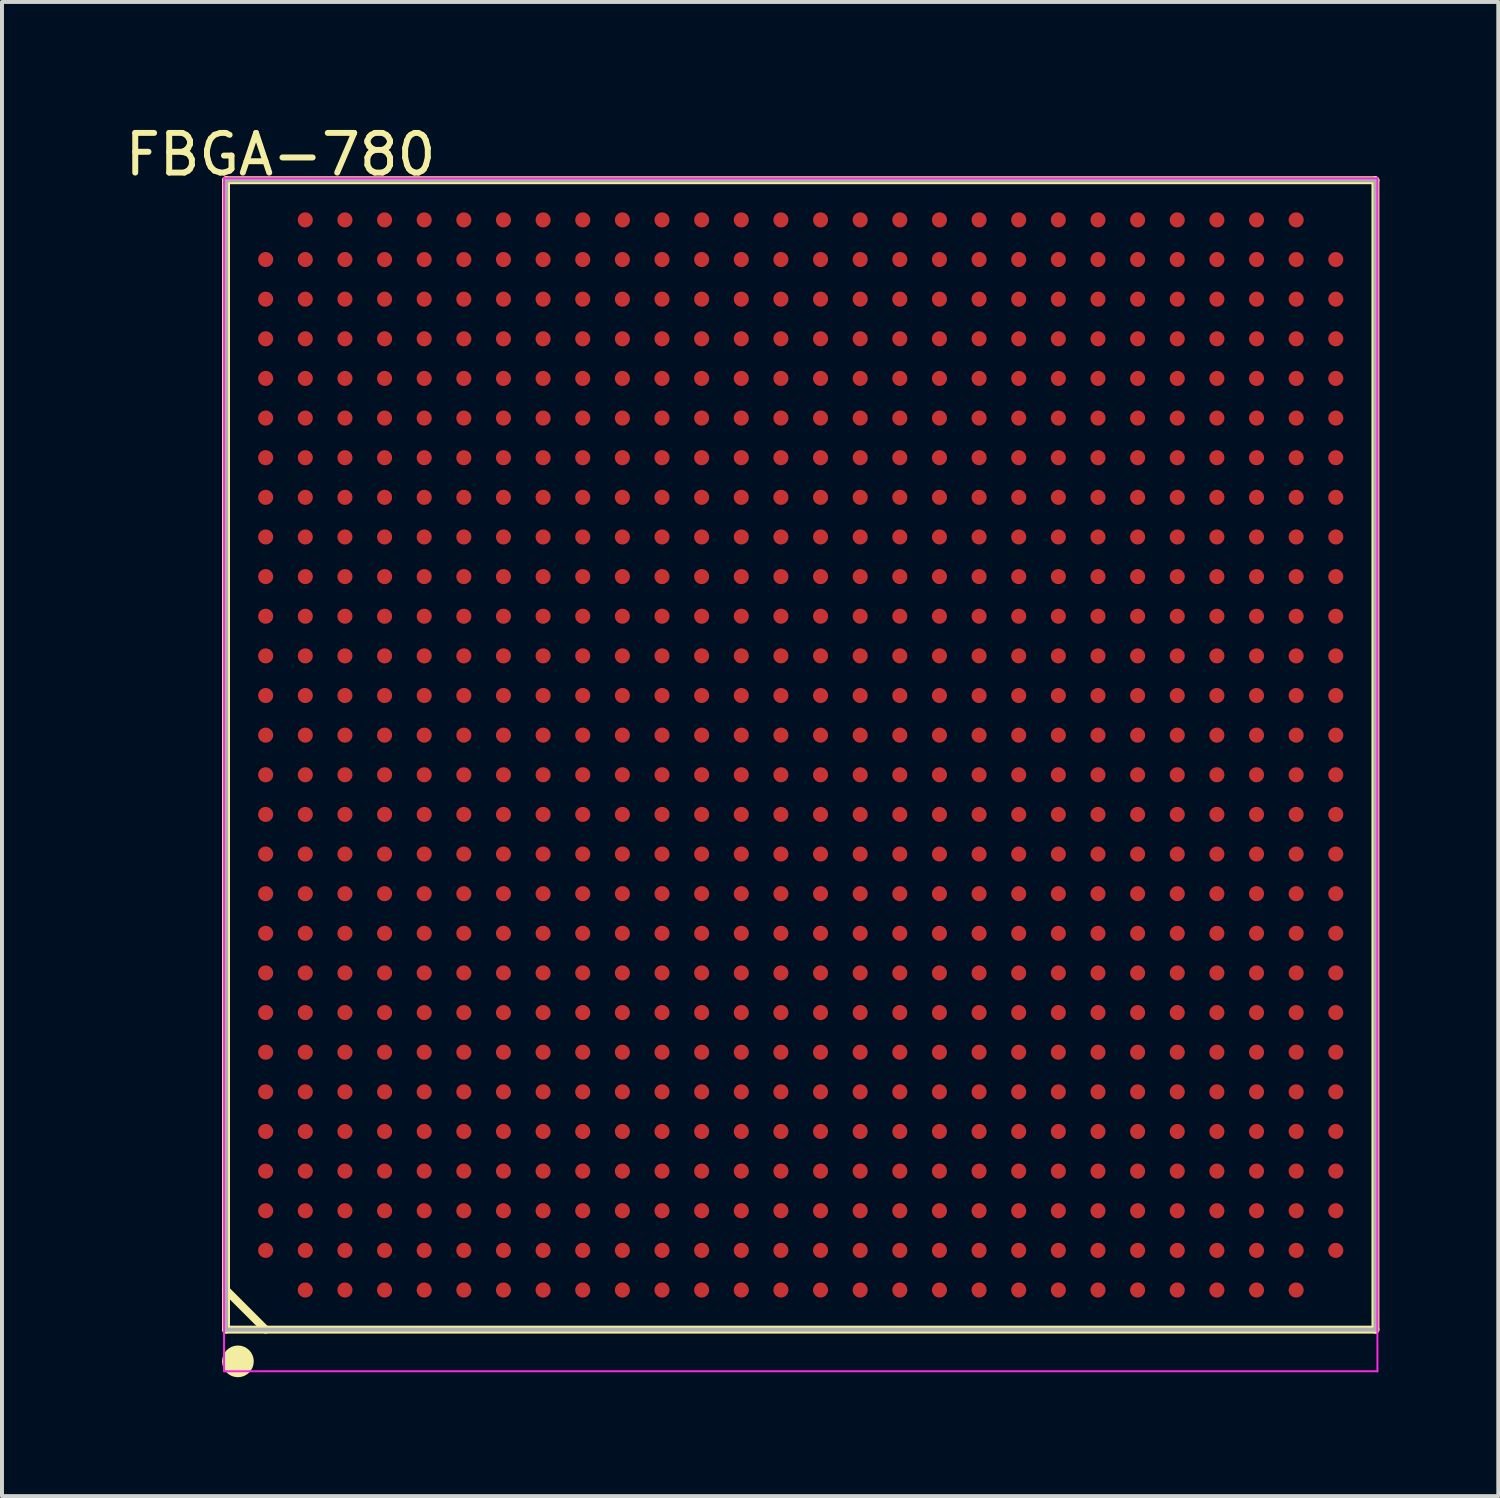
<source format=kicad_pcb>
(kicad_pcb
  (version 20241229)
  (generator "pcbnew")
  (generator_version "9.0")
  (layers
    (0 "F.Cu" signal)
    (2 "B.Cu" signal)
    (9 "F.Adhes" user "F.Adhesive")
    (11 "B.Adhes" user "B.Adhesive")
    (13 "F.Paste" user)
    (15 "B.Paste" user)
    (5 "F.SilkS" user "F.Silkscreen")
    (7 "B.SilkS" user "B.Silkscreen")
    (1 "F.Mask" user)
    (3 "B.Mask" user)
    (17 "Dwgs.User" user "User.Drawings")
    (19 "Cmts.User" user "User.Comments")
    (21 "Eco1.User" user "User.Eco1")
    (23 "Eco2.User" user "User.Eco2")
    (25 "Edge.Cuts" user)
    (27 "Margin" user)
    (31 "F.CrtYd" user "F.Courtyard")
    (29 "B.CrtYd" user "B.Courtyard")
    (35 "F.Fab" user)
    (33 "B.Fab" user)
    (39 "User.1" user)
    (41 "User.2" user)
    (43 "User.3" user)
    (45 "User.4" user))
  (footprint "FBGA-780"
    (layer "F.Cu")
    (at 17.153 15.998)
    (property "Reference" "FBGA-780" (at -13.124 -15.149 0) (layer "F.SilkS") (effects (font (size 1 1) (thickness 0.15))))
    (attr through_hole)
    (fp_line (start -14.5 -14.5) (end 14.5 -14.5) (stroke (width 0.2) (type solid)) (layer "F.SilkS"))
    (fp_line (start -14.5 13.5) (end -13.5 14.5) (stroke (width 0.2) (type solid)) (layer "F.SilkS"))
    (fp_line (start -14.5 14.5) (end -14.5 -14.5) (stroke (width 0.2) (type solid)) (layer "F.SilkS"))
    (fp_line (start -14.5 14.5) (end 14.5 14.5) (stroke (width 0.2) (type solid)) (layer "F.SilkS"))
    (fp_line (start 14.5 14.5) (end 14.5 -14.5) (stroke (width 0.2) (type solid)) (layer "F.SilkS"))
    (fp_circle (center -14.2 15.3) (end -14 15.3) (stroke (width 0.4) (type solid)) (fill no) (layer "F.SilkS"))
    (fp_line (start -14.55 -14.55) (end 14.55 -14.55) (stroke (width 0.05) (type solid)) (layer "F.CrtYd"))
    (fp_line (start -14.55 15.55) (end -14.55 -14.55) (stroke (width 0.05) (type solid)) (layer "F.CrtYd"))
    (fp_line (start 14.55 -14.55) (end 14.55 15.55) (stroke (width 0.05) (type solid)) (layer "F.CrtYd"))
    (fp_line (start 14.55 15.55) (end -14.55 15.55) (stroke (width 0.05) (type solid)) (layer "F.CrtYd"))
    (fp_line (start -14.5 -14.5) (end 14.5 -14.5) (stroke (width 0.1) (type solid)) (layer "F.Fab"))
    (fp_line (start -14.5 14.5) (end -14.5 -14.5) (stroke (width 0.1) (type solid)) (layer "F.Fab"))
    (fp_line (start -14.5 14.5) (end 14.5 14.5) (stroke (width 0.1) (type solid)) (layer "F.Fab"))
    (fp_line (start 14.5 14.5) (end 14.5 -14.5) (stroke (width 0.1) (type solid)) (layer "F.Fab"))
    (pad "A2" smd oval (at -13.5 12.5 90) (size 0.38 0.38) (layers "F.Cu" "F.Mask" "F.Paste"))
    (pad "A3" smd oval (at -13.5 11.5 90) (size 0.38 0.38) (layers "F.Cu" "F.Mask" "F.Paste"))
    (pad "A4" smd oval (at -13.5 10.5 90) (size 0.38 0.38) (layers "F.Cu" "F.Mask" "F.Paste"))
    (pad "A5" smd oval (at -13.5 9.5 90) (size 0.38 0.38) (layers "F.Cu" "F.Mask" "F.Paste"))
    (pad "A6" smd oval (at -13.5 8.5 90) (size 0.38 0.38) (layers "F.Cu" "F.Mask" "F.Paste"))
    (pad "A7" smd oval (at -13.5 7.5 90) (size 0.38 0.38) (layers "F.Cu" "F.Mask" "F.Paste"))
    (pad "A8" smd oval (at -13.5 6.5 90) (size 0.38 0.38) (layers "F.Cu" "F.Mask" "F.Paste"))
    (pad "A9" smd oval (at -13.5 5.5 90) (size 0.38 0.38) (layers "F.Cu" "F.Mask" "F.Paste"))
    (pad "A10" smd oval (at -13.5 4.5 90) (size 0.38 0.38) (layers "F.Cu" "F.Mask" "F.Paste"))
    (pad "A11" smd oval (at -13.5 3.5 90) (size 0.38 0.38) (layers "F.Cu" "F.Mask" "F.Paste"))
    (pad "A12" smd oval (at -13.5 2.5 90) (size 0.38 0.38) (layers "F.Cu" "F.Mask" "F.Paste"))
    (pad "A13" smd oval (at -13.5 1.5 90) (size 0.38 0.38) (layers "F.Cu" "F.Mask" "F.Paste"))
    (pad "A14" smd oval (at -13.5 0.5 90) (size 0.38 0.38) (layers "F.Cu" "F.Mask" "F.Paste"))
    (pad "A15" smd oval (at -13.5 -0.5 90) (size 0.38 0.38) (layers "F.Cu" "F.Mask" "F.Paste"))
    (pad "A16" smd oval (at -13.5 -1.5 90) (size 0.38 0.38) (layers "F.Cu" "F.Mask" "F.Paste"))
    (pad "A17" smd oval (at -13.5 -2.5 90) (size 0.38 0.38) (layers "F.Cu" "F.Mask" "F.Paste"))
    (pad "A18" smd oval (at -13.5 -3.5 90) (size 0.38 0.38) (layers "F.Cu" "F.Mask" "F.Paste"))
    (pad "A19" smd oval (at -13.5 -4.5 90) (size 0.38 0.38) (layers "F.Cu" "F.Mask" "F.Paste"))
    (pad "A20" smd oval (at -13.5 -5.5 90) (size 0.38 0.38) (layers "F.Cu" "F.Mask" "F.Paste"))
    (pad "A21" smd oval (at -13.5 -6.5 90) (size 0.38 0.38) (layers "F.Cu" "F.Mask" "F.Paste"))
    (pad "A22" smd oval (at -13.5 -7.5 90) (size 0.38 0.38) (layers "F.Cu" "F.Mask" "F.Paste"))
    (pad "A23" smd oval (at -13.5 -8.5 90) (size 0.38 0.38) (layers "F.Cu" "F.Mask" "F.Paste"))
    (pad "A24" smd oval (at -13.5 -9.5 90) (size 0.38 0.38) (layers "F.Cu" "F.Mask" "F.Paste"))
    (pad "A25" smd oval (at -13.5 -10.5 90) (size 0.38 0.38) (layers "F.Cu" "F.Mask" "F.Paste"))
    (pad "A26" smd oval (at -13.5 -11.5 90) (size 0.38 0.38) (layers "F.Cu" "F.Mask" "F.Paste"))
    (pad "A27" smd oval (at -13.5 -12.5 90) (size 0.38 0.38) (layers "F.Cu" "F.Mask" "F.Paste"))
    (pad "AA1" smd oval (at 6.5 13.5 90) (size 0.38 0.38) (layers "F.Cu" "F.Mask" "F.Paste"))
    (pad "AA2" smd oval (at 6.5 12.5 90) (size 0.38 0.38) (layers "F.Cu" "F.Mask" "F.Paste"))
    (pad "AA3" smd oval (at 6.5 11.5 90) (size 0.38 0.38) (layers "F.Cu" "F.Mask" "F.Paste"))
    (pad "AA4" smd oval (at 6.5 10.5 90) (size 0.38 0.38) (layers "F.Cu" "F.Mask" "F.Paste"))
    (pad "AA5" smd oval (at 6.5 9.5 90) (size 0.38 0.38) (layers "F.Cu" "F.Mask" "F.Paste"))
    (pad "AA6" smd oval (at 6.5 8.5 90) (size 0.38 0.38) (layers "F.Cu" "F.Mask" "F.Paste"))
    (pad "AA7" smd oval (at 6.5 7.5 90) (size 0.38 0.38) (layers "F.Cu" "F.Mask" "F.Paste"))
    (pad "AA8" smd oval (at 6.5 6.5 90) (size 0.38 0.38) (layers "F.Cu" "F.Mask" "F.Paste"))
    (pad "AA9" smd oval (at 6.5 5.5 90) (size 0.38 0.38) (layers "F.Cu" "F.Mask" "F.Paste"))
    (pad "AA10" smd oval (at 6.5 4.5 90) (size 0.38 0.38) (layers "F.Cu" "F.Mask" "F.Paste"))
    (pad "AA11" smd oval (at 6.5 3.5 90) (size 0.38 0.38) (layers "F.Cu" "F.Mask" "F.Paste"))
    (pad "AA12" smd oval (at 6.5 2.5 90) (size 0.38 0.38) (layers "F.Cu" "F.Mask" "F.Paste"))
    (pad "AA13" smd oval (at 6.5 1.5 90) (size 0.38 0.38) (layers "F.Cu" "F.Mask" "F.Paste"))
    (pad "AA14" smd oval (at 6.5 0.5 90) (size 0.38 0.38) (layers "F.Cu" "F.Mask" "F.Paste"))
    (pad "AA15" smd oval (at 6.5 -0.5 90) (size 0.38 0.38) (layers "F.Cu" "F.Mask" "F.Paste"))
    (pad "AA16" smd oval (at 6.5 -1.5 90) (size 0.38 0.38) (layers "F.Cu" "F.Mask" "F.Paste"))
    (pad "AA17" smd oval (at 6.5 -2.5 90) (size 0.38 0.38) (layers "F.Cu" "F.Mask" "F.Paste"))
    (pad "AA18" smd oval (at 6.5 -3.5 90) (size 0.38 0.38) (layers "F.Cu" "F.Mask" "F.Paste"))
    (pad "AA19" smd oval (at 6.5 -4.5 90) (size 0.38 0.38) (layers "F.Cu" "F.Mask" "F.Paste"))
    (pad "AA20" smd oval (at 6.5 -5.5 90) (size 0.38 0.38) (layers "F.Cu" "F.Mask" "F.Paste"))
    (pad "AA21" smd oval (at 6.5 -6.5 90) (size 0.38 0.38) (layers "F.Cu" "F.Mask" "F.Paste"))
    (pad "AA22" smd oval (at 6.5 -7.5 90) (size 0.38 0.38) (layers "F.Cu" "F.Mask" "F.Paste"))
    (pad "AA23" smd oval (at 6.5 -8.5 90) (size 0.38 0.38) (layers "F.Cu" "F.Mask" "F.Paste"))
    (pad "AA24" smd oval (at 6.5 -9.5 90) (size 0.38 0.38) (layers "F.Cu" "F.Mask" "F.Paste"))
    (pad "AA25" smd oval (at 6.5 -10.5 90) (size 0.38 0.38) (layers "F.Cu" "F.Mask" "F.Paste"))
    (pad "AA26" smd oval (at 6.5 -11.5 90) (size 0.38 0.38) (layers "F.Cu" "F.Mask" "F.Paste"))
    (pad "AA27" smd oval (at 6.5 -12.5 90) (size 0.38 0.38) (layers "F.Cu" "F.Mask" "F.Paste"))
    (pad "AA28" smd oval (at 6.5 -13.5 90) (size 0.38 0.38) (layers "F.Cu" "F.Mask" "F.Paste"))
    (pad "AB1" smd oval (at 7.5 13.5 90) (size 0.38 0.38) (layers "F.Cu" "F.Mask" "F.Paste"))
    (pad "AB2" smd oval (at 7.5 12.5 90) (size 0.38 0.38) (layers "F.Cu" "F.Mask" "F.Paste"))
    (pad "AB3" smd oval (at 7.5 11.5 90) (size 0.38 0.38) (layers "F.Cu" "F.Mask" "F.Paste"))
    (pad "AB4" smd oval (at 7.5 10.5 90) (size 0.38 0.38) (layers "F.Cu" "F.Mask" "F.Paste"))
    (pad "AB5" smd oval (at 7.5 9.5 90) (size 0.38 0.38) (layers "F.Cu" "F.Mask" "F.Paste"))
    (pad "AB6" smd oval (at 7.5 8.5 90) (size 0.38 0.38) (layers "F.Cu" "F.Mask" "F.Paste"))
    (pad "AB7" smd oval (at 7.5 7.5 90) (size 0.38 0.38) (layers "F.Cu" "F.Mask" "F.Paste"))
    (pad "AB8" smd oval (at 7.5 6.5 90) (size 0.38 0.38) (layers "F.Cu" "F.Mask" "F.Paste"))
    (pad "AB9" smd oval (at 7.5 5.5 90) (size 0.38 0.38) (layers "F.Cu" "F.Mask" "F.Paste"))
    (pad "AB10" smd oval (at 7.5 4.5 90) (size 0.38 0.38) (layers "F.Cu" "F.Mask" "F.Paste"))
    (pad "AB11" smd oval (at 7.5 3.5 90) (size 0.38 0.38) (layers "F.Cu" "F.Mask" "F.Paste"))
    (pad "AB12" smd oval (at 7.5 2.5 90) (size 0.38 0.38) (layers "F.Cu" "F.Mask" "F.Paste"))
    (pad "AB13" smd oval (at 7.5 1.5 90) (size 0.38 0.38) (layers "F.Cu" "F.Mask" "F.Paste"))
    (pad "AB14" smd oval (at 7.5 0.5 90) (size 0.38 0.38) (layers "F.Cu" "F.Mask" "F.Paste"))
    (pad "AB15" smd oval (at 7.5 -0.5 90) (size 0.38 0.38) (layers "F.Cu" "F.Mask" "F.Paste"))
    (pad "AB16" smd oval (at 7.5 -1.5 90) (size 0.38 0.38) (layers "F.Cu" "F.Mask" "F.Paste"))
    (pad "AB17" smd oval (at 7.5 -2.5 90) (size 0.38 0.38) (layers "F.Cu" "F.Mask" "F.Paste"))
    (pad "AB18" smd oval (at 7.5 -3.5 90) (size 0.38 0.38) (layers "F.Cu" "F.Mask" "F.Paste"))
    (pad "AB19" smd oval (at 7.5 -4.5 90) (size 0.38 0.38) (layers "F.Cu" "F.Mask" "F.Paste"))
    (pad "AB20" smd oval (at 7.5 -5.5 90) (size 0.38 0.38) (layers "F.Cu" "F.Mask" "F.Paste"))
    (pad "AB21" smd oval (at 7.5 -6.5 90) (size 0.38 0.38) (layers "F.Cu" "F.Mask" "F.Paste"))
    (pad "AB22" smd oval (at 7.5 -7.5 90) (size 0.38 0.38) (layers "F.Cu" "F.Mask" "F.Paste"))
    (pad "AB23" smd oval (at 7.5 -8.5 90) (size 0.38 0.38) (layers "F.Cu" "F.Mask" "F.Paste"))
    (pad "AB24" smd oval (at 7.5 -9.5 90) (size 0.38 0.38) (layers "F.Cu" "F.Mask" "F.Paste"))
    (pad "AB25" smd oval (at 7.5 -10.5 90) (size 0.38 0.38) (layers "F.Cu" "F.Mask" "F.Paste"))
    (pad "AB26" smd oval (at 7.5 -11.5 90) (size 0.38 0.38) (layers "F.Cu" "F.Mask" "F.Paste"))
    (pad "AB27" smd oval (at 7.5 -12.5 90) (size 0.38 0.38) (layers "F.Cu" "F.Mask" "F.Paste"))
    (pad "AB28" smd oval (at 7.5 -13.5 90) (size 0.38 0.38) (layers "F.Cu" "F.Mask" "F.Paste"))
    (pad "AC1" smd oval (at 8.5 13.5 90) (size 0.38 0.38) (layers "F.Cu" "F.Mask" "F.Paste"))
    (pad "AC2" smd oval (at 8.5 12.5 90) (size 0.38 0.38) (layers "F.Cu" "F.Mask" "F.Paste"))
    (pad "AC3" smd oval (at 8.5 11.5 90) (size 0.38 0.38) (layers "F.Cu" "F.Mask" "F.Paste"))
    (pad "AC4" smd oval (at 8.5 10.5 90) (size 0.38 0.38) (layers "F.Cu" "F.Mask" "F.Paste"))
    (pad "AC5" smd oval (at 8.5 9.5 90) (size 0.38 0.38) (layers "F.Cu" "F.Mask" "F.Paste"))
    (pad "AC6" smd oval (at 8.5 8.5 90) (size 0.38 0.38) (layers "F.Cu" "F.Mask" "F.Paste"))
    (pad "AC7" smd oval (at 8.5 7.5 90) (size 0.38 0.38) (layers "F.Cu" "F.Mask" "F.Paste"))
    (pad "AC8" smd oval (at 8.5 6.5 90) (size 0.38 0.38) (layers "F.Cu" "F.Mask" "F.Paste"))
    (pad "AC9" smd oval (at 8.5 5.5 90) (size 0.38 0.38) (layers "F.Cu" "F.Mask" "F.Paste"))
    (pad "AC10" smd oval (at 8.5 4.5 90) (size 0.38 0.38) (layers "F.Cu" "F.Mask" "F.Paste"))
    (pad "AC11" smd oval (at 8.5 3.5 90) (size 0.38 0.38) (layers "F.Cu" "F.Mask" "F.Paste"))
    (pad "AC12" smd oval (at 8.5 2.5 90) (size 0.38 0.38) (layers "F.Cu" "F.Mask" "F.Paste"))
    (pad "AC13" smd oval (at 8.5 1.5 90) (size 0.38 0.38) (layers "F.Cu" "F.Mask" "F.Paste"))
    (pad "AC14" smd oval (at 8.5 0.5 90) (size 0.38 0.38) (layers "F.Cu" "F.Mask" "F.Paste"))
    (pad "AC15" smd oval (at 8.5 -0.5 90) (size 0.38 0.38) (layers "F.Cu" "F.Mask" "F.Paste"))
    (pad "AC16" smd oval (at 8.5 -1.5 90) (size 0.38 0.38) (layers "F.Cu" "F.Mask" "F.Paste"))
    (pad "AC17" smd oval (at 8.5 -2.5 90) (size 0.38 0.38) (layers "F.Cu" "F.Mask" "F.Paste"))
    (pad "AC18" smd oval (at 8.5 -3.5 90) (size 0.38 0.38) (layers "F.Cu" "F.Mask" "F.Paste"))
    (pad "AC19" smd oval (at 8.5 -4.5 90) (size 0.38 0.38) (layers "F.Cu" "F.Mask" "F.Paste"))
    (pad "AC20" smd oval (at 8.5 -5.5 90) (size 0.38 0.38) (layers "F.Cu" "F.Mask" "F.Paste"))
    (pad "AC21" smd oval (at 8.5 -6.5 90) (size 0.38 0.38) (layers "F.Cu" "F.Mask" "F.Paste"))
    (pad "AC22" smd oval (at 8.5 -7.5 90) (size 0.38 0.38) (layers "F.Cu" "F.Mask" "F.Paste"))
    (pad "AC23" smd oval (at 8.5 -8.5 90) (size 0.38 0.38) (layers "F.Cu" "F.Mask" "F.Paste"))
    (pad "AC24" smd oval (at 8.5 -9.5 90) (size 0.38 0.38) (layers "F.Cu" "F.Mask" "F.Paste"))
    (pad "AC25" smd oval (at 8.5 -10.5 90) (size 0.38 0.38) (layers "F.Cu" "F.Mask" "F.Paste"))
    (pad "AC26" smd oval (at 8.5 -11.5 90) (size 0.38 0.38) (layers "F.Cu" "F.Mask" "F.Paste"))
    (pad "AC27" smd oval (at 8.5 -12.5 90) (size 0.38 0.38) (layers "F.Cu" "F.Mask" "F.Paste"))
    (pad "AC28" smd oval (at 8.5 -13.5 90) (size 0.38 0.38) (layers "F.Cu" "F.Mask" "F.Paste"))
    (pad "AD1" smd oval (at 9.5 13.5 90) (size 0.38 0.38) (layers "F.Cu" "F.Mask" "F.Paste"))
    (pad "AD2" smd oval (at 9.5 12.5 90) (size 0.38 0.38) (layers "F.Cu" "F.Mask" "F.Paste"))
    (pad "AD3" smd oval (at 9.5 11.5 90) (size 0.38 0.38) (layers "F.Cu" "F.Mask" "F.Paste"))
    (pad "AD4" smd oval (at 9.5 10.5 90) (size 0.38 0.38) (layers "F.Cu" "F.Mask" "F.Paste"))
    (pad "AD5" smd oval (at 9.5 9.5 90) (size 0.38 0.38) (layers "F.Cu" "F.Mask" "F.Paste"))
    (pad "AD6" smd oval (at 9.5 8.5 90) (size 0.38 0.38) (layers "F.Cu" "F.Mask" "F.Paste"))
    (pad "AD7" smd oval (at 9.5 7.5 90) (size 0.38 0.38) (layers "F.Cu" "F.Mask" "F.Paste"))
    (pad "AD8" smd oval (at 9.5 6.5 90) (size 0.38 0.38) (layers "F.Cu" "F.Mask" "F.Paste"))
    (pad "AD9" smd oval (at 9.5 5.5 90) (size 0.38 0.38) (layers "F.Cu" "F.Mask" "F.Paste"))
    (pad "AD10" smd oval (at 9.5 4.5 90) (size 0.38 0.38) (layers "F.Cu" "F.Mask" "F.Paste"))
    (pad "AD11" smd oval (at 9.5 3.5 90) (size 0.38 0.38) (layers "F.Cu" "F.Mask" "F.Paste"))
    (pad "AD12" smd oval (at 9.5 2.5 90) (size 0.38 0.38) (layers "F.Cu" "F.Mask" "F.Paste"))
    (pad "AD13" smd oval (at 9.5 1.5 90) (size 0.38 0.38) (layers "F.Cu" "F.Mask" "F.Paste"))
    (pad "AD14" smd oval (at 9.5 0.5 90) (size 0.38 0.38) (layers "F.Cu" "F.Mask" "F.Paste"))
    (pad "AD15" smd oval (at 9.5 -0.5 90) (size 0.38 0.38) (layers "F.Cu" "F.Mask" "F.Paste"))
    (pad "AD16" smd oval (at 9.5 -1.5 90) (size 0.38 0.38) (layers "F.Cu" "F.Mask" "F.Paste"))
    (pad "AD17" smd oval (at 9.5 -2.5 90) (size 0.38 0.38) (layers "F.Cu" "F.Mask" "F.Paste"))
    (pad "AD18" smd oval (at 9.5 -3.5 90) (size 0.38 0.38) (layers "F.Cu" "F.Mask" "F.Paste"))
    (pad "AD19" smd oval (at 9.5 -4.5 90) (size 0.38 0.38) (layers "F.Cu" "F.Mask" "F.Paste"))
    (pad "AD20" smd oval (at 9.5 -5.5 90) (size 0.38 0.38) (layers "F.Cu" "F.Mask" "F.Paste"))
    (pad "AD21" smd oval (at 9.5 -6.5 90) (size 0.38 0.38) (layers "F.Cu" "F.Mask" "F.Paste"))
    (pad "AD22" smd oval (at 9.5 -7.5 90) (size 0.38 0.38) (layers "F.Cu" "F.Mask" "F.Paste"))
    (pad "AD23" smd oval (at 9.5 -8.5 90) (size 0.38 0.38) (layers "F.Cu" "F.Mask" "F.Paste"))
    (pad "AD24" smd oval (at 9.5 -9.5 90) (size 0.38 0.38) (layers "F.Cu" "F.Mask" "F.Paste"))
    (pad "AD25" smd oval (at 9.5 -10.5 90) (size 0.38 0.38) (layers "F.Cu" "F.Mask" "F.Paste"))
    (pad "AD26" smd oval (at 9.5 -11.5 90) (size 0.38 0.38) (layers "F.Cu" "F.Mask" "F.Paste"))
    (pad "AD27" smd oval (at 9.5 -12.5 90) (size 0.38 0.38) (layers "F.Cu" "F.Mask" "F.Paste"))
    (pad "AD28" smd oval (at 9.5 -13.5 90) (size 0.38 0.38) (layers "F.Cu" "F.Mask" "F.Paste"))
    (pad "AE1" smd oval (at 10.5 13.5 90) (size 0.38 0.38) (layers "F.Cu" "F.Mask" "F.Paste"))
    (pad "AE2" smd oval (at 10.5 12.5 90) (size 0.38 0.38) (layers "F.Cu" "F.Mask" "F.Paste"))
    (pad "AE3" smd oval (at 10.5 11.5 90) (size 0.38 0.38) (layers "F.Cu" "F.Mask" "F.Paste"))
    (pad "AE4" smd oval (at 10.5 10.5 90) (size 0.38 0.38) (layers "F.Cu" "F.Mask" "F.Paste"))
    (pad "AE5" smd oval (at 10.5 9.5 90) (size 0.38 0.38) (layers "F.Cu" "F.Mask" "F.Paste"))
    (pad "AE6" smd oval (at 10.5 8.5 90) (size 0.38 0.38) (layers "F.Cu" "F.Mask" "F.Paste"))
    (pad "AE7" smd oval (at 10.5 7.5 90) (size 0.38 0.38) (layers "F.Cu" "F.Mask" "F.Paste"))
    (pad "AE8" smd oval (at 10.5 6.5 90) (size 0.38 0.38) (layers "F.Cu" "F.Mask" "F.Paste"))
    (pad "AE9" smd oval (at 10.5 5.5 90) (size 0.38 0.38) (layers "F.Cu" "F.Mask" "F.Paste"))
    (pad "AE10" smd oval (at 10.5 4.5 90) (size 0.38 0.38) (layers "F.Cu" "F.Mask" "F.Paste"))
    (pad "AE11" smd oval (at 10.5 3.5 90) (size 0.38 0.38) (layers "F.Cu" "F.Mask" "F.Paste"))
    (pad "AE12" smd oval (at 10.5 2.5 90) (size 0.38 0.38) (layers "F.Cu" "F.Mask" "F.Paste"))
    (pad "AE13" smd oval (at 10.5 1.5 90) (size 0.38 0.38) (layers "F.Cu" "F.Mask" "F.Paste"))
    (pad "AE14" smd oval (at 10.5 0.5 90) (size 0.38 0.38) (layers "F.Cu" "F.Mask" "F.Paste"))
    (pad "AE15" smd oval (at 10.5 -0.5 90) (size 0.38 0.38) (layers "F.Cu" "F.Mask" "F.Paste"))
    (pad "AE16" smd oval (at 10.5 -1.5 90) (size 0.38 0.38) (layers "F.Cu" "F.Mask" "F.Paste"))
    (pad "AE17" smd oval (at 10.5 -2.5 90) (size 0.38 0.38) (layers "F.Cu" "F.Mask" "F.Paste"))
    (pad "AE18" smd oval (at 10.5 -3.5 90) (size 0.38 0.38) (layers "F.Cu" "F.Mask" "F.Paste"))
    (pad "AE19" smd oval (at 10.5 -4.5 90) (size 0.38 0.38) (layers "F.Cu" "F.Mask" "F.Paste"))
    (pad "AE20" smd oval (at 10.5 -5.5 90) (size 0.38 0.38) (layers "F.Cu" "F.Mask" "F.Paste"))
    (pad "AE21" smd oval (at 10.5 -6.5 90) (size 0.38 0.38) (layers "F.Cu" "F.Mask" "F.Paste"))
    (pad "AE22" smd oval (at 10.5 -7.5 90) (size 0.38 0.38) (layers "F.Cu" "F.Mask" "F.Paste"))
    (pad "AE23" smd oval (at 10.5 -8.5 90) (size 0.38 0.38) (layers "F.Cu" "F.Mask" "F.Paste"))
    (pad "AE24" smd oval (at 10.5 -9.5 90) (size 0.38 0.38) (layers "F.Cu" "F.Mask" "F.Paste"))
    (pad "AE25" smd oval (at 10.5 -10.5 90) (size 0.38 0.38) (layers "F.Cu" "F.Mask" "F.Paste"))
    (pad "AE26" smd oval (at 10.5 -11.5 90) (size 0.38 0.38) (layers "F.Cu" "F.Mask" "F.Paste"))
    (pad "AE27" smd oval (at 10.5 -12.5 90) (size 0.38 0.38) (layers "F.Cu" "F.Mask" "F.Paste"))
    (pad "AE28" smd oval (at 10.5 -13.5 90) (size 0.38 0.38) (layers "F.Cu" "F.Mask" "F.Paste"))
    (pad "AF1" smd oval (at 11.5 13.5 90) (size 0.38 0.38) (layers "F.Cu" "F.Mask" "F.Paste"))
    (pad "AF2" smd oval (at 11.5 12.5 90) (size 0.38 0.38) (layers "F.Cu" "F.Mask" "F.Paste"))
    (pad "AF3" smd oval (at 11.5 11.5 90) (size 0.38 0.38) (layers "F.Cu" "F.Mask" "F.Paste"))
    (pad "AF4" smd oval (at 11.5 10.5 90) (size 0.38 0.38) (layers "F.Cu" "F.Mask" "F.Paste"))
    (pad "AF5" smd oval (at 11.5 9.5 90) (size 0.38 0.38) (layers "F.Cu" "F.Mask" "F.Paste"))
    (pad "AF6" smd oval (at 11.5 8.5 90) (size 0.38 0.38) (layers "F.Cu" "F.Mask" "F.Paste"))
    (pad "AF7" smd oval (at 11.5 7.5 90) (size 0.38 0.38) (layers "F.Cu" "F.Mask" "F.Paste"))
    (pad "AF8" smd oval (at 11.5 6.5 90) (size 0.38 0.38) (layers "F.Cu" "F.Mask" "F.Paste"))
    (pad "AF9" smd oval (at 11.5 5.5 90) (size 0.38 0.38) (layers "F.Cu" "F.Mask" "F.Paste"))
    (pad "AF10" smd oval (at 11.5 4.5 90) (size 0.38 0.38) (layers "F.Cu" "F.Mask" "F.Paste"))
    (pad "AF11" smd oval (at 11.5 3.5 90) (size 0.38 0.38) (layers "F.Cu" "F.Mask" "F.Paste"))
    (pad "AF12" smd oval (at 11.5 2.5 90) (size 0.38 0.38) (layers "F.Cu" "F.Mask" "F.Paste"))
    (pad "AF13" smd oval (at 11.5 1.5 90) (size 0.38 0.38) (layers "F.Cu" "F.Mask" "F.Paste"))
    (pad "AF14" smd oval (at 11.5 0.5 90) (size 0.38 0.38) (layers "F.Cu" "F.Mask" "F.Paste"))
    (pad "AF15" smd oval (at 11.5 -0.5 90) (size 0.38 0.38) (layers "F.Cu" "F.Mask" "F.Paste"))
    (pad "AF16" smd oval (at 11.5 -1.5 90) (size 0.38 0.38) (layers "F.Cu" "F.Mask" "F.Paste"))
    (pad "AF17" smd oval (at 11.5 -2.5 90) (size 0.38 0.38) (layers "F.Cu" "F.Mask" "F.Paste"))
    (pad "AF18" smd oval (at 11.5 -3.5 90) (size 0.38 0.38) (layers "F.Cu" "F.Mask" "F.Paste"))
    (pad "AF19" smd oval (at 11.5 -4.5 90) (size 0.38 0.38) (layers "F.Cu" "F.Mask" "F.Paste"))
    (pad "AF20" smd oval (at 11.5 -5.5 90) (size 0.38 0.38) (layers "F.Cu" "F.Mask" "F.Paste"))
    (pad "AF21" smd oval (at 11.5 -6.5 90) (size 0.38 0.38) (layers "F.Cu" "F.Mask" "F.Paste"))
    (pad "AF22" smd oval (at 11.5 -7.5 90) (size 0.38 0.38) (layers "F.Cu" "F.Mask" "F.Paste"))
    (pad "AF23" smd oval (at 11.5 -8.5 90) (size 0.38 0.38) (layers "F.Cu" "F.Mask" "F.Paste"))
    (pad "AF24" smd oval (at 11.5 -9.5 90) (size 0.38 0.38) (layers "F.Cu" "F.Mask" "F.Paste"))
    (pad "AF25" smd oval (at 11.5 -10.5 90) (size 0.38 0.38) (layers "F.Cu" "F.Mask" "F.Paste"))
    (pad "AF26" smd oval (at 11.5 -11.5 90) (size 0.38 0.38) (layers "F.Cu" "F.Mask" "F.Paste"))
    (pad "AF27" smd oval (at 11.5 -12.5 90) (size 0.38 0.38) (layers "F.Cu" "F.Mask" "F.Paste"))
    (pad "AF28" smd oval (at 11.5 -13.5 90) (size 0.38 0.38) (layers "F.Cu" "F.Mask" "F.Paste"))
    (pad "AG1" smd oval (at 12.5 13.5 90) (size 0.38 0.38) (layers "F.Cu" "F.Mask" "F.Paste"))
    (pad "AG2" smd oval (at 12.5 12.5 90) (size 0.38 0.38) (layers "F.Cu" "F.Mask" "F.Paste"))
    (pad "AG3" smd oval (at 12.5 11.5 90) (size 0.38 0.38) (layers "F.Cu" "F.Mask" "F.Paste"))
    (pad "AG4" smd oval (at 12.5 10.5 90) (size 0.38 0.38) (layers "F.Cu" "F.Mask" "F.Paste"))
    (pad "AG5" smd oval (at 12.5 9.5 90) (size 0.38 0.38) (layers "F.Cu" "F.Mask" "F.Paste"))
    (pad "AG6" smd oval (at 12.5 8.5 90) (size 0.38 0.38) (layers "F.Cu" "F.Mask" "F.Paste"))
    (pad "AG7" smd oval (at 12.5 7.5 90) (size 0.38 0.38) (layers "F.Cu" "F.Mask" "F.Paste"))
    (pad "AG8" smd oval (at 12.5 6.5 90) (size 0.38 0.38) (layers "F.Cu" "F.Mask" "F.Paste"))
    (pad "AG9" smd oval (at 12.5 5.5 90) (size 0.38 0.38) (layers "F.Cu" "F.Mask" "F.Paste"))
    (pad "AG10" smd oval (at 12.5 4.5 90) (size 0.38 0.38) (layers "F.Cu" "F.Mask" "F.Paste"))
    (pad "AG11" smd oval (at 12.5 3.5 90) (size 0.38 0.38) (layers "F.Cu" "F.Mask" "F.Paste"))
    (pad "AG12" smd oval (at 12.5 2.5 90) (size 0.38 0.38) (layers "F.Cu" "F.Mask" "F.Paste"))
    (pad "AG13" smd oval (at 12.5 1.5 90) (size 0.38 0.38) (layers "F.Cu" "F.Mask" "F.Paste"))
    (pad "AG14" smd oval (at 12.5 0.5 90) (size 0.38 0.38) (layers "F.Cu" "F.Mask" "F.Paste"))
    (pad "AG15" smd oval (at 12.5 -0.5 90) (size 0.38 0.38) (layers "F.Cu" "F.Mask" "F.Paste"))
    (pad "AG16" smd oval (at 12.5 -1.5 90) (size 0.38 0.38) (layers "F.Cu" "F.Mask" "F.Paste"))
    (pad "AG17" smd oval (at 12.5 -2.5 90) (size 0.38 0.38) (layers "F.Cu" "F.Mask" "F.Paste"))
    (pad "AG18" smd oval (at 12.5 -3.5 90) (size 0.38 0.38) (layers "F.Cu" "F.Mask" "F.Paste"))
    (pad "AG19" smd oval (at 12.5 -4.5 90) (size 0.38 0.38) (layers "F.Cu" "F.Mask" "F.Paste"))
    (pad "AG20" smd oval (at 12.5 -5.5 90) (size 0.38 0.38) (layers "F.Cu" "F.Mask" "F.Paste"))
    (pad "AG21" smd oval (at 12.5 -6.5 90) (size 0.38 0.38) (layers "F.Cu" "F.Mask" "F.Paste"))
    (pad "AG22" smd oval (at 12.5 -7.5 90) (size 0.38 0.38) (layers "F.Cu" "F.Mask" "F.Paste"))
    (pad "AG23" smd oval (at 12.5 -8.5 90) (size 0.38 0.38) (layers "F.Cu" "F.Mask" "F.Paste"))
    (pad "AG24" smd oval (at 12.5 -9.5 90) (size 0.38 0.38) (layers "F.Cu" "F.Mask" "F.Paste"))
    (pad "AG25" smd oval (at 12.5 -10.5 90) (size 0.38 0.38) (layers "F.Cu" "F.Mask" "F.Paste"))
    (pad "AG26" smd oval (at 12.5 -11.5 90) (size 0.38 0.38) (layers "F.Cu" "F.Mask" "F.Paste"))
    (pad "AG27" smd oval (at 12.5 -12.5 90) (size 0.38 0.38) (layers "F.Cu" "F.Mask" "F.Paste"))
    (pad "AG28" smd oval (at 12.5 -13.5 90) (size 0.38 0.38) (layers "F.Cu" "F.Mask" "F.Paste"))
    (pad "AH2" smd oval (at 13.5 12.5 90) (size 0.38 0.38) (layers "F.Cu" "F.Mask" "F.Paste"))
    (pad "AH3" smd oval (at 13.5 11.5 90) (size 0.38 0.38) (layers "F.Cu" "F.Mask" "F.Paste"))
    (pad "AH4" smd oval (at 13.5 10.5 90) (size 0.38 0.38) (layers "F.Cu" "F.Mask" "F.Paste"))
    (pad "AH5" smd oval (at 13.5 9.5 90) (size 0.38 0.38) (layers "F.Cu" "F.Mask" "F.Paste"))
    (pad "AH6" smd oval (at 13.5 8.5 90) (size 0.38 0.38) (layers "F.Cu" "F.Mask" "F.Paste"))
    (pad "AH7" smd oval (at 13.5 7.5 90) (size 0.38 0.38) (layers "F.Cu" "F.Mask" "F.Paste"))
    (pad "AH8" smd oval (at 13.5 6.5 90) (size 0.38 0.38) (layers "F.Cu" "F.Mask" "F.Paste"))
    (pad "AH9" smd oval (at 13.5 5.5 90) (size 0.38 0.38) (layers "F.Cu" "F.Mask" "F.Paste"))
    (pad "AH10" smd oval (at 13.5 4.5 90) (size 0.38 0.38) (layers "F.Cu" "F.Mask" "F.Paste"))
    (pad "AH11" smd oval (at 13.5 3.5 90) (size 0.38 0.38) (layers "F.Cu" "F.Mask" "F.Paste"))
    (pad "AH12" smd oval (at 13.5 2.5 90) (size 0.38 0.38) (layers "F.Cu" "F.Mask" "F.Paste"))
    (pad "AH13" smd oval (at 13.5 1.5 90) (size 0.38 0.38) (layers "F.Cu" "F.Mask" "F.Paste"))
    (pad "AH14" smd oval (at 13.5 0.5 90) (size 0.38 0.38) (layers "F.Cu" "F.Mask" "F.Paste"))
    (pad "AH15" smd oval (at 13.5 -0.5 90) (size 0.38 0.38) (layers "F.Cu" "F.Mask" "F.Paste"))
    (pad "AH16" smd oval (at 13.5 -1.5 90) (size 0.38 0.38) (layers "F.Cu" "F.Mask" "F.Paste"))
    (pad "AH17" smd oval (at 13.5 -2.5 90) (size 0.38 0.38) (layers "F.Cu" "F.Mask" "F.Paste"))
    (pad "AH18" smd oval (at 13.5 -3.5 90) (size 0.38 0.38) (layers "F.Cu" "F.Mask" "F.Paste"))
    (pad "AH19" smd oval (at 13.5 -4.5 90) (size 0.38 0.38) (layers "F.Cu" "F.Mask" "F.Paste"))
    (pad "AH20" smd oval (at 13.5 -5.5 90) (size 0.38 0.38) (layers "F.Cu" "F.Mask" "F.Paste"))
    (pad "AH21" smd oval (at 13.5 -6.5 90) (size 0.38 0.38) (layers "F.Cu" "F.Mask" "F.Paste"))
    (pad "AH22" smd oval (at 13.5 -7.5 90) (size 0.38 0.38) (layers "F.Cu" "F.Mask" "F.Paste"))
    (pad "AH23" smd oval (at 13.5 -8.5 90) (size 0.38 0.38) (layers "F.Cu" "F.Mask" "F.Paste"))
    (pad "AH24" smd oval (at 13.5 -9.5 90) (size 0.38 0.38) (layers "F.Cu" "F.Mask" "F.Paste"))
    (pad "AH25" smd oval (at 13.5 -10.5 90) (size 0.38 0.38) (layers "F.Cu" "F.Mask" "F.Paste"))
    (pad "AH26" smd oval (at 13.5 -11.5 90) (size 0.38 0.38) (layers "F.Cu" "F.Mask" "F.Paste"))
    (pad "AH27" smd oval (at 13.5 -12.5 90) (size 0.38 0.38) (layers "F.Cu" "F.Mask" "F.Paste"))
    (pad "B1" smd oval (at -12.5 13.5 90) (size 0.38 0.38) (layers "F.Cu" "F.Mask" "F.Paste"))
    (pad "B2" smd oval (at -12.5 12.5 90) (size 0.38 0.38) (layers "F.Cu" "F.Mask" "F.Paste"))
    (pad "B3" smd oval (at -12.5 11.5 90) (size 0.38 0.38) (layers "F.Cu" "F.Mask" "F.Paste"))
    (pad "B4" smd oval (at -12.5 10.5 90) (size 0.38 0.38) (layers "F.Cu" "F.Mask" "F.Paste"))
    (pad "B5" smd oval (at -12.5 9.5 90) (size 0.38 0.38) (layers "F.Cu" "F.Mask" "F.Paste"))
    (pad "B6" smd oval (at -12.5 8.5 90) (size 0.38 0.38) (layers "F.Cu" "F.Mask" "F.Paste"))
    (pad "B7" smd oval (at -12.5 7.5 90) (size 0.38 0.38) (layers "F.Cu" "F.Mask" "F.Paste"))
    (pad "B8" smd oval (at -12.5 6.5 90) (size 0.38 0.38) (layers "F.Cu" "F.Mask" "F.Paste"))
    (pad "B9" smd oval (at -12.5 5.5 90) (size 0.38 0.38) (layers "F.Cu" "F.Mask" "F.Paste"))
    (pad "B10" smd oval (at -12.5 4.5 90) (size 0.38 0.38) (layers "F.Cu" "F.Mask" "F.Paste"))
    (pad "B11" smd oval (at -12.5 3.5 90) (size 0.38 0.38) (layers "F.Cu" "F.Mask" "F.Paste"))
    (pad "B12" smd oval (at -12.5 2.5 90) (size 0.38 0.38) (layers "F.Cu" "F.Mask" "F.Paste"))
    (pad "B13" smd oval (at -12.5 1.5 90) (size 0.38 0.38) (layers "F.Cu" "F.Mask" "F.Paste"))
    (pad "B14" smd oval (at -12.5 0.5 90) (size 0.38 0.38) (layers "F.Cu" "F.Mask" "F.Paste"))
    (pad "B15" smd oval (at -12.5 -0.5 90) (size 0.38 0.38) (layers "F.Cu" "F.Mask" "F.Paste"))
    (pad "B16" smd oval (at -12.5 -1.5 90) (size 0.38 0.38) (layers "F.Cu" "F.Mask" "F.Paste"))
    (pad "B17" smd oval (at -12.5 -2.5 90) (size 0.38 0.38) (layers "F.Cu" "F.Mask" "F.Paste"))
    (pad "B18" smd oval (at -12.5 -3.5 90) (size 0.38 0.38) (layers "F.Cu" "F.Mask" "F.Paste"))
    (pad "B19" smd oval (at -12.5 -4.5 90) (size 0.38 0.38) (layers "F.Cu" "F.Mask" "F.Paste"))
    (pad "B20" smd oval (at -12.5 -5.5 90) (size 0.38 0.38) (layers "F.Cu" "F.Mask" "F.Paste"))
    (pad "B21" smd oval (at -12.5 -6.5 90) (size 0.38 0.38) (layers "F.Cu" "F.Mask" "F.Paste"))
    (pad "B22" smd oval (at -12.5 -7.5 90) (size 0.38 0.38) (layers "F.Cu" "F.Mask" "F.Paste"))
    (pad "B23" smd oval (at -12.5 -8.5 90) (size 0.38 0.38) (layers "F.Cu" "F.Mask" "F.Paste"))
    (pad "B24" smd oval (at -12.5 -9.5 90) (size 0.38 0.38) (layers "F.Cu" "F.Mask" "F.Paste"))
    (pad "B25" smd oval (at -12.5 -10.5 90) (size 0.38 0.38) (layers "F.Cu" "F.Mask" "F.Paste"))
    (pad "B26" smd oval (at -12.5 -11.5 90) (size 0.38 0.38) (layers "F.Cu" "F.Mask" "F.Paste"))
    (pad "B27" smd oval (at -12.5 -12.5 90) (size 0.38 0.38) (layers "F.Cu" "F.Mask" "F.Paste"))
    (pad "B28" smd oval (at -12.5 -13.5 90) (size 0.38 0.38) (layers "F.Cu" "F.Mask" "F.Paste"))
    (pad "C1" smd oval (at -11.5 13.5 90) (size 0.38 0.38) (layers "F.Cu" "F.Mask" "F.Paste"))
    (pad "C2" smd oval (at -11.5 12.5 90) (size 0.38 0.38) (layers "F.Cu" "F.Mask" "F.Paste"))
    (pad "C3" smd oval (at -11.5 11.5 90) (size 0.38 0.38) (layers "F.Cu" "F.Mask" "F.Paste"))
    (pad "C4" smd oval (at -11.5 10.5 90) (size 0.38 0.38) (layers "F.Cu" "F.Mask" "F.Paste"))
    (pad "C5" smd oval (at -11.5 9.5 90) (size 0.38 0.38) (layers "F.Cu" "F.Mask" "F.Paste"))
    (pad "C6" smd oval (at -11.5 8.5 90) (size 0.38 0.38) (layers "F.Cu" "F.Mask" "F.Paste"))
    (pad "C7" smd oval (at -11.5 7.5 90) (size 0.38 0.38) (layers "F.Cu" "F.Mask" "F.Paste"))
    (pad "C8" smd oval (at -11.5 6.5 90) (size 0.38 0.38) (layers "F.Cu" "F.Mask" "F.Paste"))
    (pad "C9" smd oval (at -11.5 5.5 90) (size 0.38 0.38) (layers "F.Cu" "F.Mask" "F.Paste"))
    (pad "C10" smd oval (at -11.5 4.5 90) (size 0.38 0.38) (layers "F.Cu" "F.Mask" "F.Paste"))
    (pad "C11" smd oval (at -11.5 3.5 90) (size 0.38 0.38) (layers "F.Cu" "F.Mask" "F.Paste"))
    (pad "C12" smd oval (at -11.5 2.5 90) (size 0.38 0.38) (layers "F.Cu" "F.Mask" "F.Paste"))
    (pad "C13" smd oval (at -11.5 1.5 90) (size 0.38 0.38) (layers "F.Cu" "F.Mask" "F.Paste"))
    (pad "C14" smd oval (at -11.5 0.5 90) (size 0.38 0.38) (layers "F.Cu" "F.Mask" "F.Paste"))
    (pad "C15" smd oval (at -11.5 -0.5 90) (size 0.38 0.38) (layers "F.Cu" "F.Mask" "F.Paste"))
    (pad "C16" smd oval (at -11.5 -1.5 90) (size 0.38 0.38) (layers "F.Cu" "F.Mask" "F.Paste"))
    (pad "C17" smd oval (at -11.5 -2.5 90) (size 0.38 0.38) (layers "F.Cu" "F.Mask" "F.Paste"))
    (pad "C18" smd oval (at -11.5 -3.5 90) (size 0.38 0.38) (layers "F.Cu" "F.Mask" "F.Paste"))
    (pad "C19" smd oval (at -11.5 -4.5 90) (size 0.38 0.38) (layers "F.Cu" "F.Mask" "F.Paste"))
    (pad "C20" smd oval (at -11.5 -5.5 90) (size 0.38 0.38) (layers "F.Cu" "F.Mask" "F.Paste"))
    (pad "C21" smd oval (at -11.5 -6.5 90) (size 0.38 0.38) (layers "F.Cu" "F.Mask" "F.Paste"))
    (pad "C22" smd oval (at -11.5 -7.5 90) (size 0.38 0.38) (layers "F.Cu" "F.Mask" "F.Paste"))
    (pad "C23" smd oval (at -11.5 -8.5 90) (size 0.38 0.38) (layers "F.Cu" "F.Mask" "F.Paste"))
    (pad "C24" smd oval (at -11.5 -9.5 90) (size 0.38 0.38) (layers "F.Cu" "F.Mask" "F.Paste"))
    (pad "C25" smd oval (at -11.5 -10.5 90) (size 0.38 0.38) (layers "F.Cu" "F.Mask" "F.Paste"))
    (pad "C26" smd oval (at -11.5 -11.5 90) (size 0.38 0.38) (layers "F.Cu" "F.Mask" "F.Paste"))
    (pad "C27" smd oval (at -11.5 -12.5 90) (size 0.38 0.38) (layers "F.Cu" "F.Mask" "F.Paste"))
    (pad "C28" smd oval (at -11.5 -13.5 90) (size 0.38 0.38) (layers "F.Cu" "F.Mask" "F.Paste"))
    (pad "D1" smd oval (at -10.5 13.5 90) (size 0.38 0.38) (layers "F.Cu" "F.Mask" "F.Paste"))
    (pad "D2" smd oval (at -10.5 12.5 90) (size 0.38 0.38) (layers "F.Cu" "F.Mask" "F.Paste"))
    (pad "D3" smd oval (at -10.5 11.5 90) (size 0.38 0.38) (layers "F.Cu" "F.Mask" "F.Paste"))
    (pad "D4" smd oval (at -10.5 10.5 90) (size 0.38 0.38) (layers "F.Cu" "F.Mask" "F.Paste"))
    (pad "D5" smd oval (at -10.5 9.5 90) (size 0.38 0.38) (layers "F.Cu" "F.Mask" "F.Paste"))
    (pad "D6" smd oval (at -10.5 8.5 90) (size 0.38 0.38) (layers "F.Cu" "F.Mask" "F.Paste"))
    (pad "D7" smd oval (at -10.5 7.5 90) (size 0.38 0.38) (layers "F.Cu" "F.Mask" "F.Paste"))
    (pad "D8" smd oval (at -10.5 6.5 90) (size 0.38 0.38) (layers "F.Cu" "F.Mask" "F.Paste"))
    (pad "D9" smd oval (at -10.5 5.5 90) (size 0.38 0.38) (layers "F.Cu" "F.Mask" "F.Paste"))
    (pad "D10" smd oval (at -10.5 4.5 90) (size 0.38 0.38) (layers "F.Cu" "F.Mask" "F.Paste"))
    (pad "D11" smd oval (at -10.5 3.5 90) (size 0.38 0.38) (layers "F.Cu" "F.Mask" "F.Paste"))
    (pad "D12" smd oval (at -10.5 2.5 90) (size 0.38 0.38) (layers "F.Cu" "F.Mask" "F.Paste"))
    (pad "D13" smd oval (at -10.5 1.5 90) (size 0.38 0.38) (layers "F.Cu" "F.Mask" "F.Paste"))
    (pad "D14" smd oval (at -10.5 0.5 90) (size 0.38 0.38) (layers "F.Cu" "F.Mask" "F.Paste"))
    (pad "D15" smd oval (at -10.5 -0.5 90) (size 0.38 0.38) (layers "F.Cu" "F.Mask" "F.Paste"))
    (pad "D16" smd oval (at -10.5 -1.5 90) (size 0.38 0.38) (layers "F.Cu" "F.Mask" "F.Paste"))
    (pad "D17" smd oval (at -10.5 -2.5 90) (size 0.38 0.38) (layers "F.Cu" "F.Mask" "F.Paste"))
    (pad "D18" smd oval (at -10.5 -3.5 90) (size 0.38 0.38) (layers "F.Cu" "F.Mask" "F.Paste"))
    (pad "D19" smd oval (at -10.5 -4.5 90) (size 0.38 0.38) (layers "F.Cu" "F.Mask" "F.Paste"))
    (pad "D20" smd oval (at -10.5 -5.5 90) (size 0.38 0.38) (layers "F.Cu" "F.Mask" "F.Paste"))
    (pad "D21" smd oval (at -10.5 -6.5 90) (size 0.38 0.38) (layers "F.Cu" "F.Mask" "F.Paste"))
    (pad "D22" smd oval (at -10.5 -7.5 90) (size 0.38 0.38) (layers "F.Cu" "F.Mask" "F.Paste"))
    (pad "D23" smd oval (at -10.5 -8.5 90) (size 0.38 0.38) (layers "F.Cu" "F.Mask" "F.Paste"))
    (pad "D24" smd oval (at -10.5 -9.5 90) (size 0.38 0.38) (layers "F.Cu" "F.Mask" "F.Paste"))
    (pad "D25" smd oval (at -10.5 -10.5 90) (size 0.38 0.38) (layers "F.Cu" "F.Mask" "F.Paste"))
    (pad "D26" smd oval (at -10.5 -11.5 90) (size 0.38 0.38) (layers "F.Cu" "F.Mask" "F.Paste"))
    (pad "D27" smd oval (at -10.5 -12.5 90) (size 0.38 0.38) (layers "F.Cu" "F.Mask" "F.Paste"))
    (pad "D28" smd oval (at -10.5 -13.5 90) (size 0.38 0.38) (layers "F.Cu" "F.Mask" "F.Paste"))
    (pad "E1" smd oval (at -9.5 13.5 90) (size 0.38 0.38) (layers "F.Cu" "F.Mask" "F.Paste"))
    (pad "E2" smd oval (at -9.5 12.5 90) (size 0.38 0.38) (layers "F.Cu" "F.Mask" "F.Paste"))
    (pad "E3" smd oval (at -9.5 11.5 90) (size 0.38 0.38) (layers "F.Cu" "F.Mask" "F.Paste"))
    (pad "E4" smd oval (at -9.5 10.5 90) (size 0.38 0.38) (layers "F.Cu" "F.Mask" "F.Paste"))
    (pad "E5" smd oval (at -9.5 9.5 90) (size 0.38 0.38) (layers "F.Cu" "F.Mask" "F.Paste"))
    (pad "E6" smd oval (at -9.5 8.5 90) (size 0.38 0.38) (layers "F.Cu" "F.Mask" "F.Paste"))
    (pad "E7" smd oval (at -9.5 7.5 90) (size 0.38 0.38) (layers "F.Cu" "F.Mask" "F.Paste"))
    (pad "E8" smd oval (at -9.5 6.5 90) (size 0.38 0.38) (layers "F.Cu" "F.Mask" "F.Paste"))
    (pad "E9" smd oval (at -9.5 5.5 90) (size 0.38 0.38) (layers "F.Cu" "F.Mask" "F.Paste"))
    (pad "E10" smd oval (at -9.5 4.5 90) (size 0.38 0.38) (layers "F.Cu" "F.Mask" "F.Paste"))
    (pad "E11" smd oval (at -9.5 3.5 90) (size 0.38 0.38) (layers "F.Cu" "F.Mask" "F.Paste"))
    (pad "E12" smd oval (at -9.5 2.5 90) (size 0.38 0.38) (layers "F.Cu" "F.Mask" "F.Paste"))
    (pad "E13" smd oval (at -9.5 1.5 90) (size 0.38 0.38) (layers "F.Cu" "F.Mask" "F.Paste"))
    (pad "E14" smd oval (at -9.5 0.5 90) (size 0.38 0.38) (layers "F.Cu" "F.Mask" "F.Paste"))
    (pad "E15" smd oval (at -9.5 -0.5 90) (size 0.38 0.38) (layers "F.Cu" "F.Mask" "F.Paste"))
    (pad "E16" smd oval (at -9.5 -1.5 90) (size 0.38 0.38) (layers "F.Cu" "F.Mask" "F.Paste"))
    (pad "E17" smd oval (at -9.5 -2.5 90) (size 0.38 0.38) (layers "F.Cu" "F.Mask" "F.Paste"))
    (pad "E18" smd oval (at -9.5 -3.5 90) (size 0.38 0.38) (layers "F.Cu" "F.Mask" "F.Paste"))
    (pad "E19" smd oval (at -9.5 -4.5 90) (size 0.38 0.38) (layers "F.Cu" "F.Mask" "F.Paste"))
    (pad "E20" smd oval (at -9.5 -5.5 90) (size 0.38 0.38) (layers "F.Cu" "F.Mask" "F.Paste"))
    (pad "E21" smd oval (at -9.5 -6.5 90) (size 0.38 0.38) (layers "F.Cu" "F.Mask" "F.Paste"))
    (pad "E22" smd oval (at -9.5 -7.5 90) (size 0.38 0.38) (layers "F.Cu" "F.Mask" "F.Paste"))
    (pad "E23" smd oval (at -9.5 -8.5 90) (size 0.38 0.38) (layers "F.Cu" "F.Mask" "F.Paste"))
    (pad "E24" smd oval (at -9.5 -9.5 90) (size 0.38 0.38) (layers "F.Cu" "F.Mask" "F.Paste"))
    (pad "E25" smd oval (at -9.5 -10.5 90) (size 0.38 0.38) (layers "F.Cu" "F.Mask" "F.Paste"))
    (pad "E26" smd oval (at -9.5 -11.5 90) (size 0.38 0.38) (layers "F.Cu" "F.Mask" "F.Paste"))
    (pad "E27" smd oval (at -9.5 -12.5 90) (size 0.38 0.38) (layers "F.Cu" "F.Mask" "F.Paste"))
    (pad "E28" smd oval (at -9.5 -13.5 90) (size 0.38 0.38) (layers "F.Cu" "F.Mask" "F.Paste"))
    (pad "F1" smd oval (at -8.5 13.5 90) (size 0.38 0.38) (layers "F.Cu" "F.Mask" "F.Paste"))
    (pad "F2" smd oval (at -8.5 12.5 90) (size 0.38 0.38) (layers "F.Cu" "F.Mask" "F.Paste"))
    (pad "F3" smd oval (at -8.5 11.5 90) (size 0.38 0.38) (layers "F.Cu" "F.Mask" "F.Paste"))
    (pad "F4" smd oval (at -8.5 10.5 90) (size 0.38 0.38) (layers "F.Cu" "F.Mask" "F.Paste"))
    (pad "F5" smd oval (at -8.5 9.5 90) (size 0.38 0.38) (layers "F.Cu" "F.Mask" "F.Paste"))
    (pad "F6" smd oval (at -8.5 8.5 90) (size 0.38 0.38) (layers "F.Cu" "F.Mask" "F.Paste"))
    (pad "F7" smd oval (at -8.5 7.5 90) (size 0.38 0.38) (layers "F.Cu" "F.Mask" "F.Paste"))
    (pad "F8" smd oval (at -8.5 6.5 90) (size 0.38 0.38) (layers "F.Cu" "F.Mask" "F.Paste"))
    (pad "F9" smd oval (at -8.5 5.5 90) (size 0.38 0.38) (layers "F.Cu" "F.Mask" "F.Paste"))
    (pad "F10" smd oval (at -8.5 4.5 90) (size 0.38 0.38) (layers "F.Cu" "F.Mask" "F.Paste"))
    (pad "F11" smd oval (at -8.5 3.5 90) (size 0.38 0.38) (layers "F.Cu" "F.Mask" "F.Paste"))
    (pad "F12" smd oval (at -8.5 2.5 90) (size 0.38 0.38) (layers "F.Cu" "F.Mask" "F.Paste"))
    (pad "F13" smd oval (at -8.5 1.5 90) (size 0.38 0.38) (layers "F.Cu" "F.Mask" "F.Paste"))
    (pad "F14" smd oval (at -8.5 0.5 90) (size 0.38 0.38) (layers "F.Cu" "F.Mask" "F.Paste"))
    (pad "F15" smd oval (at -8.5 -0.5 90) (size 0.38 0.38) (layers "F.Cu" "F.Mask" "F.Paste"))
    (pad "F16" smd oval (at -8.5 -1.5 90) (size 0.38 0.38) (layers "F.Cu" "F.Mask" "F.Paste"))
    (pad "F17" smd oval (at -8.5 -2.5 90) (size 0.38 0.38) (layers "F.Cu" "F.Mask" "F.Paste"))
    (pad "F18" smd oval (at -8.5 -3.5 90) (size 0.38 0.38) (layers "F.Cu" "F.Mask" "F.Paste"))
    (pad "F19" smd oval (at -8.5 -4.5 90) (size 0.38 0.38) (layers "F.Cu" "F.Mask" "F.Paste"))
    (pad "F20" smd oval (at -8.5 -5.5 90) (size 0.38 0.38) (layers "F.Cu" "F.Mask" "F.Paste"))
    (pad "F21" smd oval (at -8.5 -6.5 90) (size 0.38 0.38) (layers "F.Cu" "F.Mask" "F.Paste"))
    (pad "F22" smd oval (at -8.5 -7.5 90) (size 0.38 0.38) (layers "F.Cu" "F.Mask" "F.Paste"))
    (pad "F23" smd oval (at -8.5 -8.5 90) (size 0.38 0.38) (layers "F.Cu" "F.Mask" "F.Paste"))
    (pad "F24" smd oval (at -8.5 -9.5 90) (size 0.38 0.38) (layers "F.Cu" "F.Mask" "F.Paste"))
    (pad "F25" smd oval (at -8.5 -10.5 90) (size 0.38 0.38) (layers "F.Cu" "F.Mask" "F.Paste"))
    (pad "F26" smd oval (at -8.5 -11.5 90) (size 0.38 0.38) (layers "F.Cu" "F.Mask" "F.Paste"))
    (pad "F27" smd oval (at -8.5 -12.5 90) (size 0.38 0.38) (layers "F.Cu" "F.Mask" "F.Paste"))
    (pad "F28" smd oval (at -8.5 -13.5 90) (size 0.38 0.38) (layers "F.Cu" "F.Mask" "F.Paste"))
    (pad "G1" smd oval (at -7.5 13.5 90) (size 0.38 0.38) (layers "F.Cu" "F.Mask" "F.Paste"))
    (pad "G2" smd oval (at -7.5 12.5 90) (size 0.38 0.38) (layers "F.Cu" "F.Mask" "F.Paste"))
    (pad "G3" smd oval (at -7.5 11.5 90) (size 0.38 0.38) (layers "F.Cu" "F.Mask" "F.Paste"))
    (pad "G4" smd oval (at -7.5 10.5 90) (size 0.38 0.38) (layers "F.Cu" "F.Mask" "F.Paste"))
    (pad "G5" smd oval (at -7.5 9.5 90) (size 0.38 0.38) (layers "F.Cu" "F.Mask" "F.Paste"))
    (pad "G6" smd oval (at -7.5 8.5 90) (size 0.38 0.38) (layers "F.Cu" "F.Mask" "F.Paste"))
    (pad "G7" smd oval (at -7.5 7.5 90) (size 0.38 0.38) (layers "F.Cu" "F.Mask" "F.Paste"))
    (pad "G8" smd oval (at -7.5 6.5 90) (size 0.38 0.38) (layers "F.Cu" "F.Mask" "F.Paste"))
    (pad "G9" smd oval (at -7.5 5.5 90) (size 0.38 0.38) (layers "F.Cu" "F.Mask" "F.Paste"))
    (pad "G10" smd oval (at -7.5 4.5 90) (size 0.38 0.38) (layers "F.Cu" "F.Mask" "F.Paste"))
    (pad "G11" smd oval (at -7.5 3.5 90) (size 0.38 0.38) (layers "F.Cu" "F.Mask" "F.Paste"))
    (pad "G12" smd oval (at -7.5 2.5 90) (size 0.38 0.38) (layers "F.Cu" "F.Mask" "F.Paste"))
    (pad "G13" smd oval (at -7.5 1.5 90) (size 0.38 0.38) (layers "F.Cu" "F.Mask" "F.Paste"))
    (pad "G14" smd oval (at -7.5 0.5 90) (size 0.38 0.38) (layers "F.Cu" "F.Mask" "F.Paste"))
    (pad "G15" smd oval (at -7.5 -0.5 90) (size 0.38 0.38) (layers "F.Cu" "F.Mask" "F.Paste"))
    (pad "G16" smd oval (at -7.5 -1.5 90) (size 0.38 0.38) (layers "F.Cu" "F.Mask" "F.Paste"))
    (pad "G17" smd oval (at -7.5 -2.5 90) (size 0.38 0.38) (layers "F.Cu" "F.Mask" "F.Paste"))
    (pad "G18" smd oval (at -7.5 -3.5 90) (size 0.38 0.38) (layers "F.Cu" "F.Mask" "F.Paste"))
    (pad "G19" smd oval (at -7.5 -4.5 90) (size 0.38 0.38) (layers "F.Cu" "F.Mask" "F.Paste"))
    (pad "G20" smd oval (at -7.5 -5.5 90) (size 0.38 0.38) (layers "F.Cu" "F.Mask" "F.Paste"))
    (pad "G21" smd oval (at -7.5 -6.5 90) (size 0.38 0.38) (layers "F.Cu" "F.Mask" "F.Paste"))
    (pad "G22" smd oval (at -7.5 -7.5 90) (size 0.38 0.38) (layers "F.Cu" "F.Mask" "F.Paste"))
    (pad "G23" smd oval (at -7.5 -8.5 90) (size 0.38 0.38) (layers "F.Cu" "F.Mask" "F.Paste"))
    (pad "G24" smd oval (at -7.5 -9.5 90) (size 0.38 0.38) (layers "F.Cu" "F.Mask" "F.Paste"))
    (pad "G25" smd oval (at -7.5 -10.5 90) (size 0.38 0.38) (layers "F.Cu" "F.Mask" "F.Paste"))
    (pad "G26" smd oval (at -7.5 -11.5 90) (size 0.38 0.38) (layers "F.Cu" "F.Mask" "F.Paste"))
    (pad "G27" smd oval (at -7.5 -12.5 90) (size 0.38 0.38) (layers "F.Cu" "F.Mask" "F.Paste"))
    (pad "G28" smd oval (at -7.5 -13.5 90) (size 0.38 0.38) (layers "F.Cu" "F.Mask" "F.Paste"))
    (pad "H1" smd oval (at -6.5 13.5 90) (size 0.38 0.38) (layers "F.Cu" "F.Mask" "F.Paste"))
    (pad "H2" smd oval (at -6.5 12.5 90) (size 0.38 0.38) (layers "F.Cu" "F.Mask" "F.Paste"))
    (pad "H3" smd oval (at -6.5 11.5 90) (size 0.38 0.38) (layers "F.Cu" "F.Mask" "F.Paste"))
    (pad "H4" smd oval (at -6.5 10.5 90) (size 0.38 0.38) (layers "F.Cu" "F.Mask" "F.Paste"))
    (pad "H5" smd oval (at -6.5 9.5 90) (size 0.38 0.38) (layers "F.Cu" "F.Mask" "F.Paste"))
    (pad "H6" smd oval (at -6.5 8.5 90) (size 0.38 0.38) (layers "F.Cu" "F.Mask" "F.Paste"))
    (pad "H7" smd oval (at -6.5 7.5 90) (size 0.38 0.38) (layers "F.Cu" "F.Mask" "F.Paste"))
    (pad "H8" smd oval (at -6.5 6.5 90) (size 0.38 0.38) (layers "F.Cu" "F.Mask" "F.Paste"))
    (pad "H9" smd oval (at -6.5 5.5 90) (size 0.38 0.38) (layers "F.Cu" "F.Mask" "F.Paste"))
    (pad "H10" smd oval (at -6.5 4.5 90) (size 0.38 0.38) (layers "F.Cu" "F.Mask" "F.Paste"))
    (pad "H11" smd oval (at -6.5 3.5 90) (size 0.38 0.38) (layers "F.Cu" "F.Mask" "F.Paste"))
    (pad "H12" smd oval (at -6.5 2.5 90) (size 0.38 0.38) (layers "F.Cu" "F.Mask" "F.Paste"))
    (pad "H13" smd oval (at -6.5 1.5 90) (size 0.38 0.38) (layers "F.Cu" "F.Mask" "F.Paste"))
    (pad "H14" smd oval (at -6.5 0.5 90) (size 0.38 0.38) (layers "F.Cu" "F.Mask" "F.Paste"))
    (pad "H15" smd oval (at -6.5 -0.5 90) (size 0.38 0.38) (layers "F.Cu" "F.Mask" "F.Paste"))
    (pad "H16" smd oval (at -6.5 -1.5 90) (size 0.38 0.38) (layers "F.Cu" "F.Mask" "F.Paste"))
    (pad "H17" smd oval (at -6.5 -2.5 90) (size 0.38 0.38) (layers "F.Cu" "F.Mask" "F.Paste"))
    (pad "H18" smd oval (at -6.5 -3.5 90) (size 0.38 0.38) (layers "F.Cu" "F.Mask" "F.Paste"))
    (pad "H19" smd oval (at -6.5 -4.5 90) (size 0.38 0.38) (layers "F.Cu" "F.Mask" "F.Paste"))
    (pad "H20" smd oval (at -6.5 -5.5 90) (size 0.38 0.38) (layers "F.Cu" "F.Mask" "F.Paste"))
    (pad "H21" smd oval (at -6.5 -6.5 90) (size 0.38 0.38) (layers "F.Cu" "F.Mask" "F.Paste"))
    (pad "H22" smd oval (at -6.5 -7.5 90) (size 0.38 0.38) (layers "F.Cu" "F.Mask" "F.Paste"))
    (pad "H23" smd oval (at -6.5 -8.5 90) (size 0.38 0.38) (layers "F.Cu" "F.Mask" "F.Paste"))
    (pad "H24" smd oval (at -6.5 -9.5 90) (size 0.38 0.38) (layers "F.Cu" "F.Mask" "F.Paste"))
    (pad "H25" smd oval (at -6.5 -10.5 90) (size 0.38 0.38) (layers "F.Cu" "F.Mask" "F.Paste"))
    (pad "H26" smd oval (at -6.5 -11.5 90) (size 0.38 0.38) (layers "F.Cu" "F.Mask" "F.Paste"))
    (pad "H27" smd oval (at -6.5 -12.5 90) (size 0.38 0.38) (layers "F.Cu" "F.Mask" "F.Paste"))
    (pad "H28" smd oval (at -6.5 -13.5 90) (size 0.38 0.38) (layers "F.Cu" "F.Mask" "F.Paste"))
    (pad "J1" smd oval (at -5.5 13.5 90) (size 0.38 0.38) (layers "F.Cu" "F.Mask" "F.Paste"))
    (pad "J2" smd oval (at -5.5 12.5 90) (size 0.38 0.38) (layers "F.Cu" "F.Mask" "F.Paste"))
    (pad "J3" smd oval (at -5.5 11.5 90) (size 0.38 0.38) (layers "F.Cu" "F.Mask" "F.Paste"))
    (pad "J4" smd oval (at -5.5 10.5 90) (size 0.38 0.38) (layers "F.Cu" "F.Mask" "F.Paste"))
    (pad "J5" smd oval (at -5.5 9.5 90) (size 0.38 0.38) (layers "F.Cu" "F.Mask" "F.Paste"))
    (pad "J6" smd oval (at -5.5 8.5 90) (size 0.38 0.38) (layers "F.Cu" "F.Mask" "F.Paste"))
    (pad "J7" smd oval (at -5.5 7.5 90) (size 0.38 0.38) (layers "F.Cu" "F.Mask" "F.Paste"))
    (pad "J8" smd oval (at -5.5 6.5 90) (size 0.38 0.38) (layers "F.Cu" "F.Mask" "F.Paste"))
    (pad "J9" smd oval (at -5.5 5.5 90) (size 0.38 0.38) (layers "F.Cu" "F.Mask" "F.Paste"))
    (pad "J10" smd oval (at -5.5 4.5 90) (size 0.38 0.38) (layers "F.Cu" "F.Mask" "F.Paste"))
    (pad "J11" smd oval (at -5.5 3.5 90) (size 0.38 0.38) (layers "F.Cu" "F.Mask" "F.Paste"))
    (pad "J12" smd oval (at -5.5 2.5 90) (size 0.38 0.38) (layers "F.Cu" "F.Mask" "F.Paste"))
    (pad "J13" smd oval (at -5.5 1.5 90) (size 0.38 0.38) (layers "F.Cu" "F.Mask" "F.Paste"))
    (pad "J14" smd oval (at -5.5 0.5 90) (size 0.38 0.38) (layers "F.Cu" "F.Mask" "F.Paste"))
    (pad "J15" smd oval (at -5.5 -0.5 90) (size 0.38 0.38) (layers "F.Cu" "F.Mask" "F.Paste"))
    (pad "J16" smd oval (at -5.5 -1.5 90) (size 0.38 0.38) (layers "F.Cu" "F.Mask" "F.Paste"))
    (pad "J17" smd oval (at -5.5 -2.5 90) (size 0.38 0.38) (layers "F.Cu" "F.Mask" "F.Paste"))
    (pad "J18" smd oval (at -5.5 -3.5 90) (size 0.38 0.38) (layers "F.Cu" "F.Mask" "F.Paste"))
    (pad "J19" smd oval (at -5.5 -4.5 90) (size 0.38 0.38) (layers "F.Cu" "F.Mask" "F.Paste"))
    (pad "J20" smd oval (at -5.5 -5.5 90) (size 0.38 0.38) (layers "F.Cu" "F.Mask" "F.Paste"))
    (pad "J21" smd oval (at -5.5 -6.5 90) (size 0.38 0.38) (layers "F.Cu" "F.Mask" "F.Paste"))
    (pad "J22" smd oval (at -5.5 -7.5 90) (size 0.38 0.38) (layers "F.Cu" "F.Mask" "F.Paste"))
    (pad "J23" smd oval (at -5.5 -8.5 90) (size 0.38 0.38) (layers "F.Cu" "F.Mask" "F.Paste"))
    (pad "J24" smd oval (at -5.5 -9.5 90) (size 0.38 0.38) (layers "F.Cu" "F.Mask" "F.Paste"))
    (pad "J25" smd oval (at -5.5 -10.5 90) (size 0.38 0.38) (layers "F.Cu" "F.Mask" "F.Paste"))
    (pad "J26" smd oval (at -5.5 -11.5 90) (size 0.38 0.38) (layers "F.Cu" "F.Mask" "F.Paste"))
    (pad "J27" smd oval (at -5.5 -12.5 90) (size 0.38 0.38) (layers "F.Cu" "F.Mask" "F.Paste"))
    (pad "J28" smd oval (at -5.5 -13.5 90) (size 0.38 0.38) (layers "F.Cu" "F.Mask" "F.Paste"))
    (pad "K1" smd oval (at -4.5 13.5 90) (size 0.38 0.38) (layers "F.Cu" "F.Mask" "F.Paste"))
    (pad "K2" smd oval (at -4.5 12.5 90) (size 0.38 0.38) (layers "F.Cu" "F.Mask" "F.Paste"))
    (pad "K3" smd oval (at -4.5 11.5 90) (size 0.38 0.38) (layers "F.Cu" "F.Mask" "F.Paste"))
    (pad "K4" smd oval (at -4.5 10.5 90) (size 0.38 0.38) (layers "F.Cu" "F.Mask" "F.Paste"))
    (pad "K5" smd oval (at -4.5 9.5 90) (size 0.38 0.38) (layers "F.Cu" "F.Mask" "F.Paste"))
    (pad "K6" smd oval (at -4.5 8.5 90) (size 0.38 0.38) (layers "F.Cu" "F.Mask" "F.Paste"))
    (pad "K7" smd oval (at -4.5 7.5 90) (size 0.38 0.38) (layers "F.Cu" "F.Mask" "F.Paste"))
    (pad "K8" smd oval (at -4.5 6.5 90) (size 0.38 0.38) (layers "F.Cu" "F.Mask" "F.Paste"))
    (pad "K9" smd oval (at -4.5 5.5 90) (size 0.38 0.38) (layers "F.Cu" "F.Mask" "F.Paste"))
    (pad "K10" smd oval (at -4.5 4.5 90) (size 0.38 0.38) (layers "F.Cu" "F.Mask" "F.Paste"))
    (pad "K11" smd oval (at -4.5 3.5 90) (size 0.38 0.38) (layers "F.Cu" "F.Mask" "F.Paste"))
    (pad "K12" smd oval (at -4.5 2.5 90) (size 0.38 0.38) (layers "F.Cu" "F.Mask" "F.Paste"))
    (pad "K13" smd oval (at -4.5 1.5 90) (size 0.38 0.38) (layers "F.Cu" "F.Mask" "F.Paste"))
    (pad "K14" smd oval (at -4.5 0.5 90) (size 0.38 0.38) (layers "F.Cu" "F.Mask" "F.Paste"))
    (pad "K15" smd oval (at -4.5 -0.5 90) (size 0.38 0.38) (layers "F.Cu" "F.Mask" "F.Paste"))
    (pad "K16" smd oval (at -4.5 -1.5 90) (size 0.38 0.38) (layers "F.Cu" "F.Mask" "F.Paste"))
    (pad "K17" smd oval (at -4.5 -2.5 90) (size 0.38 0.38) (layers "F.Cu" "F.Mask" "F.Paste"))
    (pad "K18" smd oval (at -4.5 -3.5 90) (size 0.38 0.38) (layers "F.Cu" "F.Mask" "F.Paste"))
    (pad "K19" smd oval (at -4.5 -4.5 90) (size 0.38 0.38) (layers "F.Cu" "F.Mask" "F.Paste"))
    (pad "K20" smd oval (at -4.5 -5.5 90) (size 0.38 0.38) (layers "F.Cu" "F.Mask" "F.Paste"))
    (pad "K21" smd oval (at -4.5 -6.5 90) (size 0.38 0.38) (layers "F.Cu" "F.Mask" "F.Paste"))
    (pad "K22" smd oval (at -4.5 -7.5 90) (size 0.38 0.38) (layers "F.Cu" "F.Mask" "F.Paste"))
    (pad "K23" smd oval (at -4.5 -8.5 90) (size 0.38 0.38) (layers "F.Cu" "F.Mask" "F.Paste"))
    (pad "K24" smd oval (at -4.5 -9.5 90) (size 0.38 0.38) (layers "F.Cu" "F.Mask" "F.Paste"))
    (pad "K25" smd oval (at -4.5 -10.5 90) (size 0.38 0.38) (layers "F.Cu" "F.Mask" "F.Paste"))
    (pad "K26" smd oval (at -4.5 -11.5 90) (size 0.38 0.38) (layers "F.Cu" "F.Mask" "F.Paste"))
    (pad "K27" smd oval (at -4.5 -12.5 90) (size 0.38 0.38) (layers "F.Cu" "F.Mask" "F.Paste"))
    (pad "K28" smd oval (at -4.5 -13.5 90) (size 0.38 0.38) (layers "F.Cu" "F.Mask" "F.Paste"))
    (pad "L1" smd oval (at -3.5 13.5 90) (size 0.38 0.38) (layers "F.Cu" "F.Mask" "F.Paste"))
    (pad "L2" smd oval (at -3.5 12.5 90) (size 0.38 0.38) (layers "F.Cu" "F.Mask" "F.Paste"))
    (pad "L3" smd oval (at -3.5 11.5 90) (size 0.38 0.38) (layers "F.Cu" "F.Mask" "F.Paste"))
    (pad "L4" smd oval (at -3.5 10.5 90) (size 0.38 0.38) (layers "F.Cu" "F.Mask" "F.Paste"))
    (pad "L5" smd oval (at -3.5 9.5 90) (size 0.38 0.38) (layers "F.Cu" "F.Mask" "F.Paste"))
    (pad "L6" smd oval (at -3.5 8.5 90) (size 0.38 0.38) (layers "F.Cu" "F.Mask" "F.Paste"))
    (pad "L7" smd oval (at -3.5 7.5 90) (size 0.38 0.38) (layers "F.Cu" "F.Mask" "F.Paste"))
    (pad "L8" smd oval (at -3.5 6.5 90) (size 0.38 0.38) (layers "F.Cu" "F.Mask" "F.Paste"))
    (pad "L9" smd oval (at -3.5 5.5 90) (size 0.38 0.38) (layers "F.Cu" "F.Mask" "F.Paste"))
    (pad "L10" smd oval (at -3.5 4.5 90) (size 0.38 0.38) (layers "F.Cu" "F.Mask" "F.Paste"))
    (pad "L11" smd oval (at -3.5 3.5 90) (size 0.38 0.38) (layers "F.Cu" "F.Mask" "F.Paste"))
    (pad "L12" smd oval (at -3.5 2.5 90) (size 0.38 0.38) (layers "F.Cu" "F.Mask" "F.Paste"))
    (pad "L13" smd oval (at -3.5 1.5 90) (size 0.38 0.38) (layers "F.Cu" "F.Mask" "F.Paste"))
    (pad "L14" smd oval (at -3.5 0.5 90) (size 0.38 0.38) (layers "F.Cu" "F.Mask" "F.Paste"))
    (pad "L15" smd oval (at -3.5 -0.5 90) (size 0.38 0.38) (layers "F.Cu" "F.Mask" "F.Paste"))
    (pad "L16" smd oval (at -3.5 -1.5 90) (size 0.38 0.38) (layers "F.Cu" "F.Mask" "F.Paste"))
    (pad "L17" smd oval (at -3.5 -2.5 90) (size 0.38 0.38) (layers "F.Cu" "F.Mask" "F.Paste"))
    (pad "L18" smd oval (at -3.5 -3.5 90) (size 0.38 0.38) (layers "F.Cu" "F.Mask" "F.Paste"))
    (pad "L19" smd oval (at -3.5 -4.5 90) (size 0.38 0.38) (layers "F.Cu" "F.Mask" "F.Paste"))
    (pad "L20" smd oval (at -3.5 -5.5 90) (size 0.38 0.38) (layers "F.Cu" "F.Mask" "F.Paste"))
    (pad "L21" smd oval (at -3.5 -6.5 90) (size 0.38 0.38) (layers "F.Cu" "F.Mask" "F.Paste"))
    (pad "L22" smd oval (at -3.5 -7.5 90) (size 0.38 0.38) (layers "F.Cu" "F.Mask" "F.Paste"))
    (pad "L23" smd oval (at -3.5 -8.5 90) (size 0.38 0.38) (layers "F.Cu" "F.Mask" "F.Paste"))
    (pad "L24" smd oval (at -3.5 -9.5 90) (size 0.38 0.38) (layers "F.Cu" "F.Mask" "F.Paste"))
    (pad "L25" smd oval (at -3.5 -10.5 90) (size 0.38 0.38) (layers "F.Cu" "F.Mask" "F.Paste"))
    (pad "L26" smd oval (at -3.5 -11.5 90) (size 0.38 0.38) (layers "F.Cu" "F.Mask" "F.Paste"))
    (pad "L27" smd oval (at -3.5 -12.5 90) (size 0.38 0.38) (layers "F.Cu" "F.Mask" "F.Paste"))
    (pad "L28" smd oval (at -3.5 -13.5 90) (size 0.38 0.38) (layers "F.Cu" "F.Mask" "F.Paste"))
    (pad "M1" smd oval (at -2.5 13.5 90) (size 0.38 0.38) (layers "F.Cu" "F.Mask" "F.Paste"))
    (pad "M2" smd oval (at -2.5 12.5 90) (size 0.38 0.38) (layers "F.Cu" "F.Mask" "F.Paste"))
    (pad "M3" smd oval (at -2.5 11.5 90) (size 0.38 0.38) (layers "F.Cu" "F.Mask" "F.Paste"))
    (pad "M4" smd oval (at -2.5 10.5 90) (size 0.38 0.38) (layers "F.Cu" "F.Mask" "F.Paste"))
    (pad "M5" smd oval (at -2.5 9.5 90) (size 0.38 0.38) (layers "F.Cu" "F.Mask" "F.Paste"))
    (pad "M6" smd oval (at -2.5 8.5 90) (size 0.38 0.38) (layers "F.Cu" "F.Mask" "F.Paste"))
    (pad "M7" smd oval (at -2.5 7.5 90) (size 0.38 0.38) (layers "F.Cu" "F.Mask" "F.Paste"))
    (pad "M8" smd oval (at -2.5 6.5 90) (size 0.38 0.38) (layers "F.Cu" "F.Mask" "F.Paste"))
    (pad "M9" smd oval (at -2.5 5.5 90) (size 0.38 0.38) (layers "F.Cu" "F.Mask" "F.Paste"))
    (pad "M10" smd oval (at -2.5 4.5 90) (size 0.38 0.38) (layers "F.Cu" "F.Mask" "F.Paste"))
    (pad "M11" smd oval (at -2.5 3.5 90) (size 0.38 0.38) (layers "F.Cu" "F.Mask" "F.Paste"))
    (pad "M12" smd oval (at -2.5 2.5 90) (size 0.38 0.38) (layers "F.Cu" "F.Mask" "F.Paste"))
    (pad "M13" smd oval (at -2.5 1.5 90) (size 0.38 0.38) (layers "F.Cu" "F.Mask" "F.Paste"))
    (pad "M14" smd oval (at -2.5 0.5 90) (size 0.38 0.38) (layers "F.Cu" "F.Mask" "F.Paste"))
    (pad "M15" smd oval (at -2.5 -0.5 90) (size 0.38 0.38) (layers "F.Cu" "F.Mask" "F.Paste"))
    (pad "M16" smd oval (at -2.5 -1.5 90) (size 0.38 0.38) (layers "F.Cu" "F.Mask" "F.Paste"))
    (pad "M17" smd oval (at -2.5 -2.5 90) (size 0.38 0.38) (layers "F.Cu" "F.Mask" "F.Paste"))
    (pad "M18" smd oval (at -2.5 -3.5 90) (size 0.38 0.38) (layers "F.Cu" "F.Mask" "F.Paste"))
    (pad "M19" smd oval (at -2.5 -4.5 90) (size 0.38 0.38) (layers "F.Cu" "F.Mask" "F.Paste"))
    (pad "M20" smd oval (at -2.5 -5.5 90) (size 0.38 0.38) (layers "F.Cu" "F.Mask" "F.Paste"))
    (pad "M21" smd oval (at -2.5 -6.5 90) (size 0.38 0.38) (layers "F.Cu" "F.Mask" "F.Paste"))
    (pad "M22" smd oval (at -2.5 -7.5 90) (size 0.38 0.38) (layers "F.Cu" "F.Mask" "F.Paste"))
    (pad "M23" smd oval (at -2.5 -8.5 90) (size 0.38 0.38) (layers "F.Cu" "F.Mask" "F.Paste"))
    (pad "M24" smd oval (at -2.5 -9.5 90) (size 0.38 0.38) (layers "F.Cu" "F.Mask" "F.Paste"))
    (pad "M25" smd oval (at -2.5 -10.5 90) (size 0.38 0.38) (layers "F.Cu" "F.Mask" "F.Paste"))
    (pad "M26" smd oval (at -2.5 -11.5 90) (size 0.38 0.38) (layers "F.Cu" "F.Mask" "F.Paste"))
    (pad "M27" smd oval (at -2.5 -12.5 90) (size 0.38 0.38) (layers "F.Cu" "F.Mask" "F.Paste"))
    (pad "M28" smd oval (at -2.5 -13.5 90) (size 0.38 0.38) (layers "F.Cu" "F.Mask" "F.Paste"))
    (pad "N1" smd oval (at -1.5 13.5 90) (size 0.38 0.38) (layers "F.Cu" "F.Mask" "F.Paste"))
    (pad "N2" smd oval (at -1.5 12.5 90) (size 0.38 0.38) (layers "F.Cu" "F.Mask" "F.Paste"))
    (pad "N3" smd oval (at -1.5 11.5 90) (size 0.38 0.38) (layers "F.Cu" "F.Mask" "F.Paste"))
    (pad "N4" smd oval (at -1.5 10.5 90) (size 0.38 0.38) (layers "F.Cu" "F.Mask" "F.Paste"))
    (pad "N5" smd oval (at -1.5 9.5 90) (size 0.38 0.38) (layers "F.Cu" "F.Mask" "F.Paste"))
    (pad "N6" smd oval (at -1.5 8.5 90) (size 0.38 0.38) (layers "F.Cu" "F.Mask" "F.Paste"))
    (pad "N7" smd oval (at -1.5 7.5 90) (size 0.38 0.38) (layers "F.Cu" "F.Mask" "F.Paste"))
    (pad "N8" smd oval (at -1.5 6.5 90) (size 0.38 0.38) (layers "F.Cu" "F.Mask" "F.Paste"))
    (pad "N9" smd oval (at -1.5 5.5 90) (size 0.38 0.38) (layers "F.Cu" "F.Mask" "F.Paste"))
    (pad "N10" smd oval (at -1.5 4.5 90) (size 0.38 0.38) (layers "F.Cu" "F.Mask" "F.Paste"))
    (pad "N11" smd oval (at -1.5 3.5 90) (size 0.38 0.38) (layers "F.Cu" "F.Mask" "F.Paste"))
    (pad "N12" smd oval (at -1.5 2.5 90) (size 0.38 0.38) (layers "F.Cu" "F.Mask" "F.Paste"))
    (pad "N13" smd oval (at -1.5 1.5 90) (size 0.38 0.38) (layers "F.Cu" "F.Mask" "F.Paste"))
    (pad "N14" smd oval (at -1.5 0.5 90) (size 0.38 0.38) (layers "F.Cu" "F.Mask" "F.Paste"))
    (pad "N15" smd oval (at -1.5 -0.5 90) (size 0.38 0.38) (layers "F.Cu" "F.Mask" "F.Paste"))
    (pad "N16" smd oval (at -1.5 -1.5 90) (size 0.38 0.38) (layers "F.Cu" "F.Mask" "F.Paste"))
    (pad "N17" smd oval (at -1.5 -2.5 90) (size 0.38 0.38) (layers "F.Cu" "F.Mask" "F.Paste"))
    (pad "N18" smd oval (at -1.5 -3.5 90) (size 0.38 0.38) (layers "F.Cu" "F.Mask" "F.Paste"))
    (pad "N19" smd oval (at -1.5 -4.5 90) (size 0.38 0.38) (layers "F.Cu" "F.Mask" "F.Paste"))
    (pad "N20" smd oval (at -1.5 -5.5 90) (size 0.38 0.38) (layers "F.Cu" "F.Mask" "F.Paste"))
    (pad "N21" smd oval (at -1.5 -6.5 90) (size 0.38 0.38) (layers "F.Cu" "F.Mask" "F.Paste"))
    (pad "N22" smd oval (at -1.5 -7.5 90) (size 0.38 0.38) (layers "F.Cu" "F.Mask" "F.Paste"))
    (pad "N23" smd oval (at -1.5 -8.5 90) (size 0.38 0.38) (layers "F.Cu" "F.Mask" "F.Paste"))
    (pad "N24" smd oval (at -1.5 -9.5 90) (size 0.38 0.38) (layers "F.Cu" "F.Mask" "F.Paste"))
    (pad "N25" smd oval (at -1.5 -10.5 90) (size 0.38 0.38) (layers "F.Cu" "F.Mask" "F.Paste"))
    (pad "N26" smd oval (at -1.5 -11.5 90) (size 0.38 0.38) (layers "F.Cu" "F.Mask" "F.Paste"))
    (pad "N27" smd oval (at -1.5 -12.5 90) (size 0.38 0.38) (layers "F.Cu" "F.Mask" "F.Paste"))
    (pad "N28" smd oval (at -1.5 -13.5 90) (size 0.38 0.38) (layers "F.Cu" "F.Mask" "F.Paste"))
    (pad "P1" smd oval (at -0.5 13.5 90) (size 0.38 0.38) (layers "F.Cu" "F.Mask" "F.Paste"))
    (pad "P2" smd oval (at -0.5 12.5 90) (size 0.38 0.38) (layers "F.Cu" "F.Mask" "F.Paste"))
    (pad "P3" smd oval (at -0.5 11.5 90) (size 0.38 0.38) (layers "F.Cu" "F.Mask" "F.Paste"))
    (pad "P4" smd oval (at -0.5 10.5 90) (size 0.38 0.38) (layers "F.Cu" "F.Mask" "F.Paste"))
    (pad "P5" smd oval (at -0.5 9.5 90) (size 0.38 0.38) (layers "F.Cu" "F.Mask" "F.Paste"))
    (pad "P6" smd oval (at -0.5 8.5 90) (size 0.38 0.38) (layers "F.Cu" "F.Mask" "F.Paste"))
    (pad "P7" smd oval (at -0.5 7.5 90) (size 0.38 0.38) (layers "F.Cu" "F.Mask" "F.Paste"))
    (pad "P8" smd oval (at -0.5 6.5 90) (size 0.38 0.38) (layers "F.Cu" "F.Mask" "F.Paste"))
    (pad "P9" smd oval (at -0.5 5.5 90) (size 0.38 0.38) (layers "F.Cu" "F.Mask" "F.Paste"))
    (pad "P10" smd oval (at -0.5 4.5 90) (size 0.38 0.38) (layers "F.Cu" "F.Mask" "F.Paste"))
    (pad "P11" smd oval (at -0.5 3.5 90) (size 0.38 0.38) (layers "F.Cu" "F.Mask" "F.Paste"))
    (pad "P12" smd oval (at -0.5 2.5 90) (size 0.38 0.38) (layers "F.Cu" "F.Mask" "F.Paste"))
    (pad "P13" smd oval (at -0.5 1.5 90) (size 0.38 0.38) (layers "F.Cu" "F.Mask" "F.Paste"))
    (pad "P14" smd oval (at -0.5 0.5 90) (size 0.38 0.38) (layers "F.Cu" "F.Mask" "F.Paste"))
    (pad "P15" smd oval (at -0.5 -0.5 90) (size 0.38 0.38) (layers "F.Cu" "F.Mask" "F.Paste"))
    (pad "P16" smd oval (at -0.5 -1.5 90) (size 0.38 0.38) (layers "F.Cu" "F.Mask" "F.Paste"))
    (pad "P17" smd oval (at -0.5 -2.5 90) (size 0.38 0.38) (layers "F.Cu" "F.Mask" "F.Paste"))
    (pad "P18" smd oval (at -0.5 -3.5 90) (size 0.38 0.38) (layers "F.Cu" "F.Mask" "F.Paste"))
    (pad "P19" smd oval (at -0.5 -4.5 90) (size 0.38 0.38) (layers "F.Cu" "F.Mask" "F.Paste"))
    (pad "P20" smd oval (at -0.5 -5.5 90) (size 0.38 0.38) (layers "F.Cu" "F.Mask" "F.Paste"))
    (pad "P21" smd oval (at -0.5 -6.5 90) (size 0.38 0.38) (layers "F.Cu" "F.Mask" "F.Paste"))
    (pad "P22" smd oval (at -0.5 -7.5 90) (size 0.38 0.38) (layers "F.Cu" "F.Mask" "F.Paste"))
    (pad "P23" smd oval (at -0.5 -8.5 90) (size 0.38 0.38) (layers "F.Cu" "F.Mask" "F.Paste"))
    (pad "P24" smd oval (at -0.5 -9.5 90) (size 0.38 0.38) (layers "F.Cu" "F.Mask" "F.Paste"))
    (pad "P25" smd oval (at -0.5 -10.5 90) (size 0.38 0.38) (layers "F.Cu" "F.Mask" "F.Paste"))
    (pad "P26" smd oval (at -0.5 -11.5 90) (size 0.38 0.38) (layers "F.Cu" "F.Mask" "F.Paste"))
    (pad "P27" smd oval (at -0.5 -12.5 90) (size 0.38 0.38) (layers "F.Cu" "F.Mask" "F.Paste"))
    (pad "P28" smd oval (at -0.5 -13.5 90) (size 0.38 0.38) (layers "F.Cu" "F.Mask" "F.Paste"))
    (pad "R1" smd oval (at 0.5 13.5 90) (size 0.38 0.38) (layers "F.Cu" "F.Mask" "F.Paste"))
    (pad "R2" smd oval (at 0.5 12.5 90) (size 0.38 0.38) (layers "F.Cu" "F.Mask" "F.Paste"))
    (pad "R3" smd oval (at 0.5 11.5 90) (size 0.38 0.38) (layers "F.Cu" "F.Mask" "F.Paste"))
    (pad "R4" smd oval (at 0.5 10.5 90) (size 0.38 0.38) (layers "F.Cu" "F.Mask" "F.Paste"))
    (pad "R5" smd oval (at 0.5 9.5 90) (size 0.38 0.38) (layers "F.Cu" "F.Mask" "F.Paste"))
    (pad "R6" smd oval (at 0.5 8.5 90) (size 0.38 0.38) (layers "F.Cu" "F.Mask" "F.Paste"))
    (pad "R7" smd oval (at 0.5 7.5 90) (size 0.38 0.38) (layers "F.Cu" "F.Mask" "F.Paste"))
    (pad "R8" smd oval (at 0.5 6.5 90) (size 0.38 0.38) (layers "F.Cu" "F.Mask" "F.Paste"))
    (pad "R9" smd oval (at 0.5 5.5 90) (size 0.38 0.38) (layers "F.Cu" "F.Mask" "F.Paste"))
    (pad "R10" smd oval (at 0.5 4.5 90) (size 0.38 0.38) (layers "F.Cu" "F.Mask" "F.Paste"))
    (pad "R11" smd oval (at 0.5 3.5 90) (size 0.38 0.38) (layers "F.Cu" "F.Mask" "F.Paste"))
    (pad "R12" smd oval (at 0.5 2.5 90) (size 0.38 0.38) (layers "F.Cu" "F.Mask" "F.Paste"))
    (pad "R13" smd oval (at 0.5 1.5 90) (size 0.38 0.38) (layers "F.Cu" "F.Mask" "F.Paste"))
    (pad "R14" smd oval (at 0.5 0.5 90) (size 0.38 0.38) (layers "F.Cu" "F.Mask" "F.Paste"))
    (pad "R15" smd oval (at 0.5 -0.5 90) (size 0.38 0.38) (layers "F.Cu" "F.Mask" "F.Paste"))
    (pad "R16" smd oval (at 0.5 -1.5 90) (size 0.38 0.38) (layers "F.Cu" "F.Mask" "F.Paste"))
    (pad "R17" smd oval (at 0.5 -2.5 90) (size 0.38 0.38) (layers "F.Cu" "F.Mask" "F.Paste"))
    (pad "R18" smd oval (at 0.5 -3.5 90) (size 0.38 0.38) (layers "F.Cu" "F.Mask" "F.Paste"))
    (pad "R19" smd oval (at 0.5 -4.5 90) (size 0.38 0.38) (layers "F.Cu" "F.Mask" "F.Paste"))
    (pad "R20" smd oval (at 0.5 -5.5 90) (size 0.38 0.38) (layers "F.Cu" "F.Mask" "F.Paste"))
    (pad "R21" smd oval (at 0.5 -6.5 90) (size 0.38 0.38) (layers "F.Cu" "F.Mask" "F.Paste"))
    (pad "R22" smd oval (at 0.5 -7.5 90) (size 0.38 0.38) (layers "F.Cu" "F.Mask" "F.Paste"))
    (pad "R23" smd oval (at 0.5 -8.5 90) (size 0.38 0.38) (layers "F.Cu" "F.Mask" "F.Paste"))
    (pad "R24" smd oval (at 0.5 -9.5 90) (size 0.38 0.38) (layers "F.Cu" "F.Mask" "F.Paste"))
    (pad "R25" smd oval (at 0.5 -10.5 90) (size 0.38 0.38) (layers "F.Cu" "F.Mask" "F.Paste"))
    (pad "R26" smd oval (at 0.5 -11.5 90) (size 0.38 0.38) (layers "F.Cu" "F.Mask" "F.Paste"))
    (pad "R27" smd oval (at 0.5 -12.5 90) (size 0.38 0.38) (layers "F.Cu" "F.Mask" "F.Paste"))
    (pad "R28" smd oval (at 0.5 -13.5 90) (size 0.38 0.38) (layers "F.Cu" "F.Mask" "F.Paste"))
    (pad "T1" smd oval (at 1.5 13.5 90) (size 0.38 0.38) (layers "F.Cu" "F.Mask" "F.Paste"))
    (pad "T2" smd oval (at 1.5 12.5 90) (size 0.38 0.38) (layers "F.Cu" "F.Mask" "F.Paste"))
    (pad "T3" smd oval (at 1.5 11.5 90) (size 0.38 0.38) (layers "F.Cu" "F.Mask" "F.Paste"))
    (pad "T4" smd oval (at 1.5 10.5 90) (size 0.38 0.38) (layers "F.Cu" "F.Mask" "F.Paste"))
    (pad "T5" smd oval (at 1.5 9.5 90) (size 0.38 0.38) (layers "F.Cu" "F.Mask" "F.Paste"))
    (pad "T6" smd oval (at 1.5 8.5 90) (size 0.38 0.38) (layers "F.Cu" "F.Mask" "F.Paste"))
    (pad "T7" smd oval (at 1.5 7.5 90) (size 0.38 0.38) (layers "F.Cu" "F.Mask" "F.Paste"))
    (pad "T8" smd oval (at 1.5 6.5 90) (size 0.38 0.38) (layers "F.Cu" "F.Mask" "F.Paste"))
    (pad "T9" smd oval (at 1.5 5.5 90) (size 0.38 0.38) (layers "F.Cu" "F.Mask" "F.Paste"))
    (pad "T10" smd oval (at 1.5 4.5 90) (size 0.38 0.38) (layers "F.Cu" "F.Mask" "F.Paste"))
    (pad "T11" smd oval (at 1.5 3.5 90) (size 0.38 0.38) (layers "F.Cu" "F.Mask" "F.Paste"))
    (pad "T12" smd oval (at 1.5 2.5 90) (size 0.38 0.38) (layers "F.Cu" "F.Mask" "F.Paste"))
    (pad "T13" smd oval (at 1.5 1.5 90) (size 0.38 0.38) (layers "F.Cu" "F.Mask" "F.Paste"))
    (pad "T14" smd oval (at 1.5 0.5 90) (size 0.38 0.38) (layers "F.Cu" "F.Mask" "F.Paste"))
    (pad "T15" smd oval (at 1.5 -0.5 90) (size 0.38 0.38) (layers "F.Cu" "F.Mask" "F.Paste"))
    (pad "T16" smd oval (at 1.5 -1.5 90) (size 0.38 0.38) (layers "F.Cu" "F.Mask" "F.Paste"))
    (pad "T17" smd oval (at 1.5 -2.5 90) (size 0.38 0.38) (layers "F.Cu" "F.Mask" "F.Paste"))
    (pad "T18" smd oval (at 1.5 -3.5 90) (size 0.38 0.38) (layers "F.Cu" "F.Mask" "F.Paste"))
    (pad "T19" smd oval (at 1.5 -4.5 90) (size 0.38 0.38) (layers "F.Cu" "F.Mask" "F.Paste"))
    (pad "T20" smd oval (at 1.5 -5.5 90) (size 0.38 0.38) (layers "F.Cu" "F.Mask" "F.Paste"))
    (pad "T21" smd oval (at 1.5 -6.5 90) (size 0.38 0.38) (layers "F.Cu" "F.Mask" "F.Paste"))
    (pad "T22" smd oval (at 1.5 -7.5 90) (size 0.38 0.38) (layers "F.Cu" "F.Mask" "F.Paste"))
    (pad "T23" smd oval (at 1.5 -8.5 90) (size 0.38 0.38) (layers "F.Cu" "F.Mask" "F.Paste"))
    (pad "T24" smd oval (at 1.5 -9.5 90) (size 0.38 0.38) (layers "F.Cu" "F.Mask" "F.Paste"))
    (pad "T25" smd oval (at 1.5 -10.5 90) (size 0.38 0.38) (layers "F.Cu" "F.Mask" "F.Paste"))
    (pad "T26" smd oval (at 1.5 -11.5 90) (size 0.38 0.38) (layers "F.Cu" "F.Mask" "F.Paste"))
    (pad "T27" smd oval (at 1.5 -12.5 90) (size 0.38 0.38) (layers "F.Cu" "F.Mask" "F.Paste"))
    (pad "T28" smd oval (at 1.5 -13.5 90) (size 0.38 0.38) (layers "F.Cu" "F.Mask" "F.Paste"))
    (pad "U1" smd oval (at 2.5 13.5 90) (size 0.38 0.38) (layers "F.Cu" "F.Mask" "F.Paste"))
    (pad "U2" smd oval (at 2.5 12.5 90) (size 0.38 0.38) (layers "F.Cu" "F.Mask" "F.Paste"))
    (pad "U3" smd oval (at 2.5 11.5 90) (size 0.38 0.38) (layers "F.Cu" "F.Mask" "F.Paste"))
    (pad "U4" smd oval (at 2.5 10.5 90) (size 0.38 0.38) (layers "F.Cu" "F.Mask" "F.Paste"))
    (pad "U5" smd oval (at 2.5 9.5 90) (size 0.38 0.38) (layers "F.Cu" "F.Mask" "F.Paste"))
    (pad "U6" smd oval (at 2.5 8.5 90) (size 0.38 0.38) (layers "F.Cu" "F.Mask" "F.Paste"))
    (pad "U7" smd oval (at 2.5 7.5 90) (size 0.38 0.38) (layers "F.Cu" "F.Mask" "F.Paste"))
    (pad "U8" smd oval (at 2.5 6.5 90) (size 0.38 0.38) (layers "F.Cu" "F.Mask" "F.Paste"))
    (pad "U9" smd oval (at 2.5 5.5 90) (size 0.38 0.38) (layers "F.Cu" "F.Mask" "F.Paste"))
    (pad "U10" smd oval (at 2.5 4.5 90) (size 0.38 0.38) (layers "F.Cu" "F.Mask" "F.Paste"))
    (pad "U11" smd oval (at 2.5 3.5 90) (size 0.38 0.38) (layers "F.Cu" "F.Mask" "F.Paste"))
    (pad "U12" smd oval (at 2.5 2.5 90) (size 0.38 0.38) (layers "F.Cu" "F.Mask" "F.Paste"))
    (pad "U13" smd oval (at 2.5 1.5 90) (size 0.38 0.38) (layers "F.Cu" "F.Mask" "F.Paste"))
    (pad "U14" smd oval (at 2.5 0.5 90) (size 0.38 0.38) (layers "F.Cu" "F.Mask" "F.Paste"))
    (pad "U15" smd oval (at 2.5 -0.5 90) (size 0.38 0.38) (layers "F.Cu" "F.Mask" "F.Paste"))
    (pad "U16" smd oval (at 2.5 -1.5 90) (size 0.38 0.38) (layers "F.Cu" "F.Mask" "F.Paste"))
    (pad "U17" smd oval (at 2.5 -2.5 90) (size 0.38 0.38) (layers "F.Cu" "F.Mask" "F.Paste"))
    (pad "U18" smd oval (at 2.5 -3.5 90) (size 0.38 0.38) (layers "F.Cu" "F.Mask" "F.Paste"))
    (pad "U19" smd oval (at 2.5 -4.5 90) (size 0.38 0.38) (layers "F.Cu" "F.Mask" "F.Paste"))
    (pad "U20" smd oval (at 2.5 -5.5 90) (size 0.38 0.38) (layers "F.Cu" "F.Mask" "F.Paste"))
    (pad "U21" smd oval (at 2.5 -6.5 90) (size 0.38 0.38) (layers "F.Cu" "F.Mask" "F.Paste"))
    (pad "U22" smd oval (at 2.5 -7.5 90) (size 0.38 0.38) (layers "F.Cu" "F.Mask" "F.Paste"))
    (pad "U23" smd oval (at 2.5 -8.5 90) (size 0.38 0.38) (layers "F.Cu" "F.Mask" "F.Paste"))
    (pad "U24" smd oval (at 2.5 -9.5 90) (size 0.38 0.38) (layers "F.Cu" "F.Mask" "F.Paste"))
    (pad "U25" smd oval (at 2.5 -10.5 90) (size 0.38 0.38) (layers "F.Cu" "F.Mask" "F.Paste"))
    (pad "U26" smd oval (at 2.5 -11.5 90) (size 0.38 0.38) (layers "F.Cu" "F.Mask" "F.Paste"))
    (pad "U27" smd oval (at 2.5 -12.5 90) (size 0.38 0.38) (layers "F.Cu" "F.Mask" "F.Paste"))
    (pad "U28" smd oval (at 2.5 -13.5 90) (size 0.38 0.38) (layers "F.Cu" "F.Mask" "F.Paste"))
    (pad "V1" smd oval (at 3.5 13.5 90) (size 0.38 0.38) (layers "F.Cu" "F.Mask" "F.Paste"))
    (pad "V2" smd oval (at 3.5 12.5 90) (size 0.38 0.38) (layers "F.Cu" "F.Mask" "F.Paste"))
    (pad "V3" smd oval (at 3.5 11.5 90) (size 0.38 0.38) (layers "F.Cu" "F.Mask" "F.Paste"))
    (pad "V4" smd oval (at 3.5 10.5 90) (size 0.38 0.38) (layers "F.Cu" "F.Mask" "F.Paste"))
    (pad "V5" smd oval (at 3.5 9.5 90) (size 0.38 0.38) (layers "F.Cu" "F.Mask" "F.Paste"))
    (pad "V6" smd oval (at 3.5 8.5 90) (size 0.38 0.38) (layers "F.Cu" "F.Mask" "F.Paste"))
    (pad "V7" smd oval (at 3.5 7.5 90) (size 0.38 0.38) (layers "F.Cu" "F.Mask" "F.Paste"))
    (pad "V8" smd oval (at 3.5 6.5 90) (size 0.38 0.38) (layers "F.Cu" "F.Mask" "F.Paste"))
    (pad "V9" smd oval (at 3.5 5.5 90) (size 0.38 0.38) (layers "F.Cu" "F.Mask" "F.Paste"))
    (pad "V10" smd oval (at 3.5 4.5 90) (size 0.38 0.38) (layers "F.Cu" "F.Mask" "F.Paste"))
    (pad "V11" smd oval (at 3.5 3.5 90) (size 0.38 0.38) (layers "F.Cu" "F.Mask" "F.Paste"))
    (pad "V12" smd oval (at 3.5 2.5 90) (size 0.38 0.38) (layers "F.Cu" "F.Mask" "F.Paste"))
    (pad "V13" smd oval (at 3.5 1.5 90) (size 0.38 0.38) (layers "F.Cu" "F.Mask" "F.Paste"))
    (pad "V14" smd oval (at 3.5 0.5 90) (size 0.38 0.38) (layers "F.Cu" "F.Mask" "F.Paste"))
    (pad "V15" smd oval (at 3.5 -0.5 90) (size 0.38 0.38) (layers "F.Cu" "F.Mask" "F.Paste"))
    (pad "V16" smd oval (at 3.5 -1.5 90) (size 0.38 0.38) (layers "F.Cu" "F.Mask" "F.Paste"))
    (pad "V17" smd oval (at 3.5 -2.5 90) (size 0.38 0.38) (layers "F.Cu" "F.Mask" "F.Paste"))
    (pad "V18" smd oval (at 3.5 -3.5 90) (size 0.38 0.38) (layers "F.Cu" "F.Mask" "F.Paste"))
    (pad "V19" smd oval (at 3.5 -4.5 90) (size 0.38 0.38) (layers "F.Cu" "F.Mask" "F.Paste"))
    (pad "V20" smd oval (at 3.5 -5.5 90) (size 0.38 0.38) (layers "F.Cu" "F.Mask" "F.Paste"))
    (pad "V21" smd oval (at 3.5 -6.5 90) (size 0.38 0.38) (layers "F.Cu" "F.Mask" "F.Paste"))
    (pad "V22" smd oval (at 3.5 -7.5 90) (size 0.38 0.38) (layers "F.Cu" "F.Mask" "F.Paste"))
    (pad "V23" smd oval (at 3.5 -8.5 90) (size 0.38 0.38) (layers "F.Cu" "F.Mask" "F.Paste"))
    (pad "V24" smd oval (at 3.5 -9.5 90) (size 0.38 0.38) (layers "F.Cu" "F.Mask" "F.Paste"))
    (pad "V25" smd oval (at 3.5 -10.5 90) (size 0.38 0.38) (layers "F.Cu" "F.Mask" "F.Paste"))
    (pad "V26" smd oval (at 3.5 -11.5 90) (size 0.38 0.38) (layers "F.Cu" "F.Mask" "F.Paste"))
    (pad "V27" smd oval (at 3.5 -12.5 90) (size 0.38 0.38) (layers "F.Cu" "F.Mask" "F.Paste"))
    (pad "V28" smd oval (at 3.5 -13.5 90) (size 0.38 0.38) (layers "F.Cu" "F.Mask" "F.Paste"))
    (pad "W1" smd oval (at 4.5 13.5 90) (size 0.38 0.38) (layers "F.Cu" "F.Mask" "F.Paste"))
    (pad "W2" smd oval (at 4.5 12.5 90) (size 0.38 0.38) (layers "F.Cu" "F.Mask" "F.Paste"))
    (pad "W3" smd oval (at 4.5 11.5 90) (size 0.38 0.38) (layers "F.Cu" "F.Mask" "F.Paste"))
    (pad "W4" smd oval (at 4.5 10.5 90) (size 0.38 0.38) (layers "F.Cu" "F.Mask" "F.Paste"))
    (pad "W5" smd oval (at 4.5 9.5 90) (size 0.38 0.38) (layers "F.Cu" "F.Mask" "F.Paste"))
    (pad "W6" smd oval (at 4.5 8.5 90) (size 0.38 0.38) (layers "F.Cu" "F.Mask" "F.Paste"))
    (pad "W7" smd oval (at 4.5 7.5 90) (size 0.38 0.38) (layers "F.Cu" "F.Mask" "F.Paste"))
    (pad "W8" smd oval (at 4.5 6.5 90) (size 0.38 0.38) (layers "F.Cu" "F.Mask" "F.Paste"))
    (pad "W9" smd oval (at 4.5 5.5 90) (size 0.38 0.38) (layers "F.Cu" "F.Mask" "F.Paste"))
    (pad "W10" smd oval (at 4.5 4.5 90) (size 0.38 0.38) (layers "F.Cu" "F.Mask" "F.Paste"))
    (pad "W11" smd oval (at 4.5 3.5 90) (size 0.38 0.38) (layers "F.Cu" "F.Mask" "F.Paste"))
    (pad "W12" smd oval (at 4.5 2.5 90) (size 0.38 0.38) (layers "F.Cu" "F.Mask" "F.Paste"))
    (pad "W13" smd oval (at 4.5 1.5 90) (size 0.38 0.38) (layers "F.Cu" "F.Mask" "F.Paste"))
    (pad "W14" smd oval (at 4.5 0.5 90) (size 0.38 0.38) (layers "F.Cu" "F.Mask" "F.Paste"))
    (pad "W15" smd oval (at 4.5 -0.5 90) (size 0.38 0.38) (layers "F.Cu" "F.Mask" "F.Paste"))
    (pad "W16" smd oval (at 4.5 -1.5 90) (size 0.38 0.38) (layers "F.Cu" "F.Mask" "F.Paste"))
    (pad "W17" smd oval (at 4.5 -2.5 90) (size 0.38 0.38) (layers "F.Cu" "F.Mask" "F.Paste"))
    (pad "W18" smd oval (at 4.5 -3.5 90) (size 0.38 0.38) (layers "F.Cu" "F.Mask" "F.Paste"))
    (pad "W19" smd oval (at 4.5 -4.5 90) (size 0.38 0.38) (layers "F.Cu" "F.Mask" "F.Paste"))
    (pad "W20" smd oval (at 4.5 -5.5 90) (size 0.38 0.38) (layers "F.Cu" "F.Mask" "F.Paste"))
    (pad "W21" smd oval (at 4.5 -6.5 90) (size 0.38 0.38) (layers "F.Cu" "F.Mask" "F.Paste"))
    (pad "W22" smd oval (at 4.5 -7.5 90) (size 0.38 0.38) (layers "F.Cu" "F.Mask" "F.Paste"))
    (pad "W23" smd oval (at 4.5 -8.5 90) (size 0.38 0.38) (layers "F.Cu" "F.Mask" "F.Paste"))
    (pad "W24" smd oval (at 4.5 -9.5 90) (size 0.38 0.38) (layers "F.Cu" "F.Mask" "F.Paste"))
    (pad "W25" smd oval (at 4.5 -10.5 90) (size 0.38 0.38) (layers "F.Cu" "F.Mask" "F.Paste"))
    (pad "W26" smd oval (at 4.5 -11.5 90) (size 0.38 0.38) (layers "F.Cu" "F.Mask" "F.Paste"))
    (pad "W27" smd oval (at 4.5 -12.5 90) (size 0.38 0.38) (layers "F.Cu" "F.Mask" "F.Paste"))
    (pad "W28" smd oval (at 4.5 -13.5 90) (size 0.38 0.38) (layers "F.Cu" "F.Mask" "F.Paste"))
    (pad "Y1" smd oval (at 5.5 13.5 90) (size 0.38 0.38) (layers "F.Cu" "F.Mask" "F.Paste"))
    (pad "Y2" smd oval (at 5.5 12.5 90) (size 0.38 0.38) (layers "F.Cu" "F.Mask" "F.Paste"))
    (pad "Y3" smd oval (at 5.5 11.5 90) (size 0.38 0.38) (layers "F.Cu" "F.Mask" "F.Paste"))
    (pad "Y4" smd oval (at 5.5 10.5 90) (size 0.38 0.38) (layers "F.Cu" "F.Mask" "F.Paste"))
    (pad "Y5" smd oval (at 5.5 9.5 90) (size 0.38 0.38) (layers "F.Cu" "F.Mask" "F.Paste"))
    (pad "Y6" smd oval (at 5.5 8.5 90) (size 0.38 0.38) (layers "F.Cu" "F.Mask" "F.Paste"))
    (pad "Y7" smd oval (at 5.5 7.5 90) (size 0.38 0.38) (layers "F.Cu" "F.Mask" "F.Paste"))
    (pad "Y8" smd oval (at 5.5 6.5 90) (size 0.38 0.38) (layers "F.Cu" "F.Mask" "F.Paste"))
    (pad "Y9" smd oval (at 5.5 5.5 90) (size 0.38 0.38) (layers "F.Cu" "F.Mask" "F.Paste"))
    (pad "Y10" smd oval (at 5.5 4.5 90) (size 0.38 0.38) (layers "F.Cu" "F.Mask" "F.Paste"))
    (pad "Y11" smd oval (at 5.5 3.5 90) (size 0.38 0.38) (layers "F.Cu" "F.Mask" "F.Paste"))
    (pad "Y12" smd oval (at 5.5 2.5 90) (size 0.38 0.38) (layers "F.Cu" "F.Mask" "F.Paste"))
    (pad "Y13" smd oval (at 5.5 1.5 90) (size 0.38 0.38) (layers "F.Cu" "F.Mask" "F.Paste"))
    (pad "Y14" smd oval (at 5.5 0.5 90) (size 0.38 0.38) (layers "F.Cu" "F.Mask" "F.Paste"))
    (pad "Y15" smd oval (at 5.5 -0.5 90) (size 0.38 0.38) (layers "F.Cu" "F.Mask" "F.Paste"))
    (pad "Y16" smd oval (at 5.5 -1.5 90) (size 0.38 0.38) (layers "F.Cu" "F.Mask" "F.Paste"))
    (pad "Y17" smd oval (at 5.5 -2.5 90) (size 0.38 0.38) (layers "F.Cu" "F.Mask" "F.Paste"))
    (pad "Y18" smd oval (at 5.5 -3.5 90) (size 0.38 0.38) (layers "F.Cu" "F.Mask" "F.Paste"))
    (pad "Y19" smd oval (at 5.5 -4.5 90) (size 0.38 0.38) (layers "F.Cu" "F.Mask" "F.Paste"))
    (pad "Y20" smd oval (at 5.5 -5.5 90) (size 0.38 0.38) (layers "F.Cu" "F.Mask" "F.Paste"))
    (pad "Y21" smd oval (at 5.5 -6.5 90) (size 0.38 0.38) (layers "F.Cu" "F.Mask" "F.Paste"))
    (pad "Y22" smd oval (at 5.5 -7.5 90) (size 0.38 0.38) (layers "F.Cu" "F.Mask" "F.Paste"))
    (pad "Y23" smd oval (at 5.5 -8.5 90) (size 0.38 0.38) (layers "F.Cu" "F.Mask" "F.Paste"))
    (pad "Y24" smd oval (at 5.5 -9.5 90) (size 0.38 0.38) (layers "F.Cu" "F.Mask" "F.Paste"))
    (pad "Y25" smd oval (at 5.5 -10.5 90) (size 0.38 0.38) (layers "F.Cu" "F.Mask" "F.Paste"))
    (pad "Y26" smd oval (at 5.5 -11.5 90) (size 0.38 0.38) (layers "F.Cu" "F.Mask" "F.Paste"))
    (pad "Y27" smd oval (at 5.5 -12.5 90) (size 0.38 0.38) (layers "F.Cu" "F.Mask" "F.Paste"))
    (pad "Y28" smd oval (at 5.5 -13.5 90) (size 0.38 0.38) (layers "F.Cu" "F.Mask" "F.Paste")))
  (gr_rect
    (start -3 -3)
    (end 34.753 34.698)
    (stroke (width 0.1) (type default))
    (fill no)
    (layer "Edge.Cuts")))
</source>
